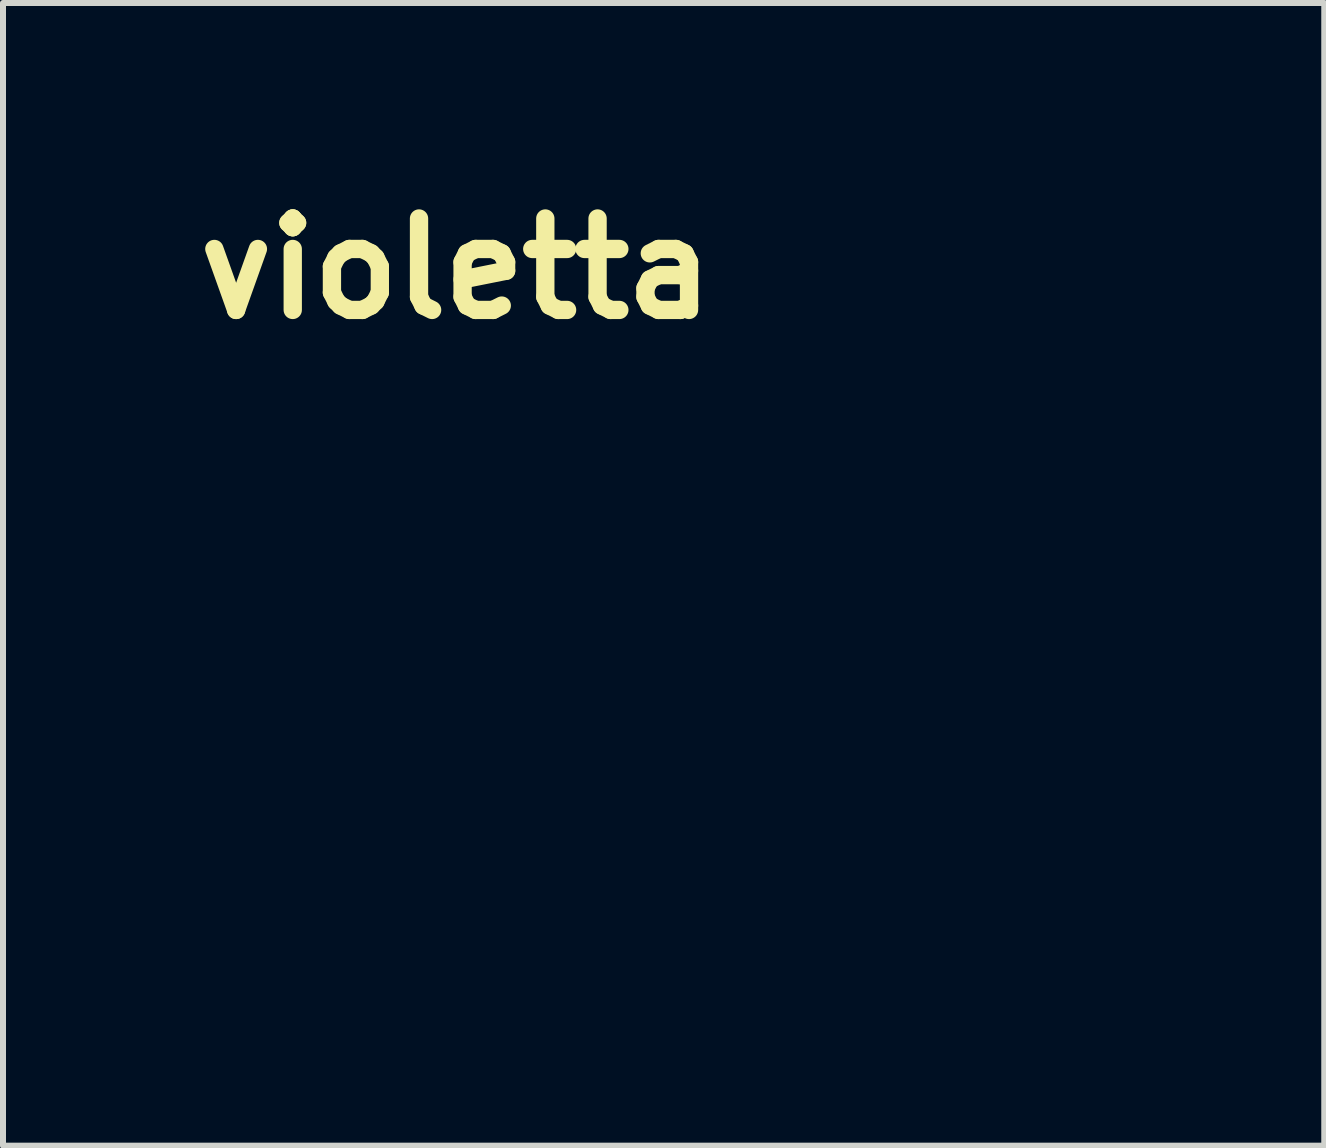
<source format=kicad_pcb>
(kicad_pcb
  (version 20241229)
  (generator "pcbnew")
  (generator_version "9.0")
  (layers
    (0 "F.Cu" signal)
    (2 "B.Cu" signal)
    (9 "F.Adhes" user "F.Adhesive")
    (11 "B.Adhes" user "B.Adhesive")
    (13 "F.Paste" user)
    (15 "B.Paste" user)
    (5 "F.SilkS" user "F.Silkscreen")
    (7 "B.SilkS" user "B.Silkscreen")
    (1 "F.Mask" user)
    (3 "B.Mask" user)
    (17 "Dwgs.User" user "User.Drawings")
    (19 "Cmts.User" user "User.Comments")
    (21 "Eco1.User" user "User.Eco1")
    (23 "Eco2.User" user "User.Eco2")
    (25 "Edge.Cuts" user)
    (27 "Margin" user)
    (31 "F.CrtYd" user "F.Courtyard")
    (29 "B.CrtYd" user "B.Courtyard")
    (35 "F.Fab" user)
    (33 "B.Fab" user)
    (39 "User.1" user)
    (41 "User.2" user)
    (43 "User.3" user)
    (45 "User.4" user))
  (footprint "violetta"
    (layer "F.Cu")
    (at 4.55 3.994)
    (property "Reference" "violetta" (at 0 -2.568 0) (layer "F.SilkS") (effects (font (size 1.524 1.524) (thickness 0.305))))
    (attr exclude_from_pos_files exclude_from_bom)
    (fp_poly (pts (xy 2.098 5.109) (xy 2.092 5.11) (xy 2.086 5.111) (xy 2.08 5.113) (xy 2.075 5.116) (xy 2.07 5.12) (xy 2.066 5.124) (xy 2.062 5.129) (xy 2.059 5.134) (xy 2.057 5.14) (xy 2.056 5.146) (xy 2.055 5.152) (xy 2.055 6.773) (xy 2.056 6.78) (xy 2.057 6.786) (xy 2.059 6.791) (xy 2.062 6.797) (xy 2.066 6.801) (xy 2.07 6.806) (xy 2.075 6.809) (xy 2.08 6.812) (xy 2.086 6.814) (xy 2.092 6.816) (xy 2.098 6.816) (xy 2.595 6.816) (xy 2.601 6.816) (xy 2.607 6.814) (xy 2.613 6.812) (xy 2.618 6.809) (xy 2.623 6.806) (xy 2.627 6.801) (xy 2.631 6.797) (xy 2.634 6.791) (xy 2.636 6.786) (xy 2.637 6.78) (xy 2.638 6.773) (xy 2.638 5.152) (xy 2.637 5.146) (xy 2.636 5.14) (xy 2.634 5.134) (xy 2.631 5.129) (xy 2.627 5.124) (xy 2.623 5.12) (xy 2.618 5.116) (xy 2.613 5.113) (xy 2.607 5.111) (xy 2.601 5.11) (xy 2.595 5.109) (xy 2.098 5.109)) (stroke (width 0.029) (type solid)) (fill yes) (layer "F.Mask"))
    (fp_poly (pts (xy 4.741 6.773) (xy 4.742 6.78) (xy 4.743 6.786) (xy 4.745 6.791) (xy 4.748 6.797) (xy 4.752 6.801) (xy 4.756 6.806) (xy 4.761 6.809) (xy 4.766 6.812) (xy 4.772 6.814) (xy 4.778 6.816) (xy 4.784 6.816) (xy 5.281 6.816) (xy 5.287 6.816) (xy 5.293 6.814) (xy 5.299 6.812) (xy 5.304 6.809) (xy 5.309 6.806) (xy 5.313 6.801) (xy 5.317 6.797) (xy 5.32 6.791) (xy 5.322 6.786) (xy 5.323 6.78) (xy 5.324 6.773) (xy 5.324 4.342) (xy 5.323 4.336) (xy 5.322 4.33) (xy 5.32 4.324) (xy 5.317 4.319) (xy 5.313 4.314) (xy 5.309 4.31) (xy 5.304 4.306) (xy 5.299 4.303) (xy 5.293 4.301) (xy 5.287 4.3) (xy 5.281 4.3) (xy 4.784 4.3) (xy 4.778 4.3) (xy 4.772 4.301) (xy 4.766 4.303) (xy 4.761 4.306) (xy 4.756 4.31) (xy 4.752 4.314) (xy 4.748 4.319) (xy 4.745 4.324) (xy 4.743 4.33) (xy 4.742 4.336) (xy 4.741 4.342) (xy 4.741 6.773)) (stroke (width 0.029) (type solid)) (fill yes) (layer "F.Mask"))
    (fp_poly (pts (xy 10.14 4.765) (xy 10.135 4.768) (xy 10.13 4.77) (xy 10.125 4.772) (xy 10.12 4.773) (xy 10.114 4.774) (xy 10.108 4.773) (xy 10.102 4.772) (xy 10.097 4.77) (xy 10.092 4.768) (xy 10.088 4.765) (xy 10.088 4.765) (xy 9.19 4.069) (xy 9.186 4.066) (xy 9.181 4.063) (xy 9.175 4.061) (xy 9.17 4.06) (xy 9.164 4.06) (xy 0.53 4.06) (xy 0.524 4.059) (xy 0.518 4.058) (xy 0.512 4.056) (xy 0.507 4.053) (xy 0.502 4.049) (xy 0.498 4.045) (xy 0.494 4.04) (xy 0.491 4.035) (xy 0.489 4.029) (xy 0.488 4.023) (xy 0.487 4.017) (xy 0.487 3.932) (xy 0.488 3.925) (xy 0.489 3.919) (xy 0.491 3.914) (xy 0.494 3.909) (xy 0.498 3.904) (xy 0.502 3.9) (xy 0.507 3.896) (xy 0.512 3.893) (xy 0.518 3.891) (xy 0.524 3.89) (xy 0.53 3.889) (xy 11.145 3.889) (xy 11.151 3.89) (xy 11.157 3.891) (xy 11.163 3.893) (xy 11.168 3.896) (xy 11.173 3.9) (xy 11.177 3.904) (xy 11.18 3.909) (xy 11.183 3.914) (xy 11.185 3.919) (xy 11.187 3.925) (xy 11.187 3.932) (xy 11.187 3.938) (xy 11.185 3.945) (xy 11.183 3.951) (xy 11.179 3.956) (xy 11.175 3.961) (xy 11.171 3.965) (xy 11.171 3.965) (xy 10.14 4.765) (xy 10.14 4.765)) (stroke (width 0.029) (type solid)) (fill yes) (layer "F.Mask"))
    (fp_poly (pts (xy 0.283 5.502) (xy 0.28 5.496) (xy 0.279 5.49) (xy 0.278 5.483) (xy 0.278 5.152) (xy 0.279 5.146) (xy 0.28 5.14) (xy 0.282 5.134) (xy 0.285 5.129) (xy 0.289 5.124) (xy 0.293 5.12) (xy 0.298 5.116) (xy 0.303 5.113) (xy 0.309 5.111) (xy 0.315 5.11) (xy 0.321 5.109) (xy 0.658 5.109) (xy 0.664 5.11) (xy 0.67 5.111) (xy 0.675 5.113) (xy 0.68 5.115) (xy 0.685 5.119) (xy 0.689 5.122) (xy 0.693 5.127) (xy 0.696 5.131) (xy 0.937 5.571) (xy 0.94 5.576) (xy 0.944 5.58) (xy 0.948 5.584) (xy 0.952 5.587) (xy 0.957 5.59) (xy 0.963 5.592) (xy 0.968 5.593) (xy 0.974 5.594) (xy 0.981 5.593) (xy 0.987 5.592) (xy 0.993 5.589) (xy 0.999 5.586) (xy 1.004 5.582) (xy 1.008 5.577) (xy 1.011 5.572) (xy 1.262 5.131) (xy 1.266 5.126) (xy 1.27 5.121) (xy 1.275 5.117) (xy 1.28 5.114) (xy 1.286 5.111) (xy 1.293 5.11) (xy 1.299 5.109) (xy 1.788 5.109) (xy 1.794 5.11) (xy 1.8 5.111) (xy 1.806 5.113) (xy 1.811 5.116) (xy 1.816 5.12) (xy 1.82 5.124) (xy 1.824 5.129) (xy 1.827 5.134) (xy 1.829 5.14) (xy 1.83 5.146) (xy 1.831 5.152) (xy 1.83 5.159) (xy 1.829 5.165) (xy 1.826 5.171) (xy 1.02 6.792) (xy 1.017 6.797) (xy 1.013 6.802) (xy 1.009 6.806) (xy 1.004 6.809) (xy 0.999 6.812) (xy 0.994 6.814) (xy 0.988 6.816) (xy 0.981 6.816) (xy 0.966 6.816) (xy 0.96 6.816) (xy 0.954 6.814) (xy 0.948 6.812) (xy 0.943 6.809) (xy 0.939 6.806) (xy 0.934 6.802) (xy 0.931 6.797) (xy 0.928 6.792) (xy 0.283 5.502) (xy 0.283 5.502)) (stroke (width 0.029) (type solid)) (fill yes) (layer "F.Mask"))
    (fp_poly (pts (xy 9.228 6.816) (xy 9.223 6.816) (xy 9.218 6.816) (xy 9.215 6.816) (xy 9.211 6.816) (xy 9.207 6.815) (xy 9.203 6.815) (xy 9.198 6.815) (xy 9.191 6.814) (xy 9.187 6.814) (xy 9.181 6.814) (xy 9.174 6.813) (xy 9.169 6.812) (xy 9.162 6.811) (xy 9.156 6.81) (xy 9.149 6.809) (xy 9.142 6.808) (xy 9.136 6.807) (xy 9.129 6.805) (xy 9.123 6.804) (xy 9.118 6.803) (xy 9.112 6.801) (xy 9.107 6.8) (xy 9.101 6.798) (xy 9.096 6.797) (xy 9.091 6.796) (xy 9.086 6.794) (xy 9.08 6.792) (xy 9.075 6.791) (xy 9.07 6.789) (xy 9.064 6.787) (xy 9.058 6.785) (xy 9.053 6.783) (xy 9.048 6.781) (xy 9.043 6.779) (xy 9.038 6.777) (xy 9.032 6.775) (xy 9.027 6.773) (xy 9.022 6.771) (xy 9.016 6.768) (xy 9.01 6.766) (xy 9.004 6.763) (xy 9 6.761) (xy 8.995 6.759) (xy 8.989 6.756) (xy 8.984 6.753) (xy 8.979 6.751) (xy 8.973 6.748) (xy 8.968 6.745) (xy 8.962 6.742) (xy 8.957 6.739) (xy 8.951 6.736) (xy 8.946 6.733) (xy 8.941 6.73) (xy 8.935 6.727) (xy 8.93 6.724) (xy 8.925 6.72) (xy 8.919 6.717) (xy 8.914 6.714) (xy 8.909 6.71) (xy 8.904 6.707) (xy 8.899 6.704) (xy 8.895 6.701) (xy 8.89 6.697) (xy 8.885 6.694) (xy 8.88 6.691) (xy 8.876 6.687) (xy 8.871 6.684) (xy 8.867 6.681) (xy 8.862 6.678) (xy 8.858 6.674) (xy 8.854 6.671) (xy 8.849 6.667) (xy 8.844 6.663) (xy 8.84 6.66) (xy 8.835 6.656) (xy 8.831 6.652) (xy 8.826 6.649) (xy 8.822 6.645) (xy 8.817 6.641) (xy 8.813 6.637) (xy 8.808 6.633) (xy 8.803 6.628) (xy 8.799 6.624) (xy 8.794 6.62) (xy 8.79 6.616) (xy 8.785 6.611) (xy 8.781 6.607) (xy 8.776 6.603) (xy 8.772 6.598) (xy 8.768 6.594) (xy 8.763 6.589) (xy 8.759 6.585) (xy 8.755 6.58) (xy 8.75 6.576) (xy 8.746 6.571) (xy 8.742 6.566) (xy 8.738 6.562) (xy 8.734 6.557) (xy 8.73 6.552) (xy 8.726 6.548) (xy 8.722 6.543) (xy 8.718 6.538) (xy 8.714 6.533) (xy 8.71 6.528) (xy 8.706 6.524) (xy 8.702 6.519) (xy 8.699 6.514) (xy 8.695 6.509) (xy 8.691 6.504) (xy 8.687 6.499) (xy 8.684 6.494) (xy 8.68 6.489) (xy 8.677 6.484) (xy 8.674 6.479) (xy 8.67 6.474) (xy 8.667 6.469) (xy 8.664 6.464) (xy 8.661 6.459) (xy 8.658 6.454) (xy 8.655 6.45) (xy 8.652 6.445) (xy 8.649 6.44) (xy 8.646 6.435) (xy 8.644 6.431) (xy 8.641 6.426) (xy 8.638 6.421) (xy 8.635 6.416) (xy 8.632 6.41) (xy 8.63 6.405) (xy 8.627 6.4) (xy 8.624 6.395) (xy 8.621 6.389) (xy 8.619 6.384) (xy 8.616 6.378) (xy 8.613 6.373) (xy 8.611 6.367) (xy 8.608 6.361) (xy 8.606 6.356) (xy 8.603 6.35) (xy 8.601 6.344) (xy 8.599 6.339) (xy 8.596 6.333) (xy 8.594 6.327) (xy 8.592 6.321) (xy 8.59 6.315) (xy 8.588 6.31) (xy 8.586 6.304) (xy 8.584 6.299) (xy 8.583 6.293) (xy 8.581 6.287) (xy 8.579 6.282) (xy 8.578 6.276) (xy 8.576 6.271) (xy 8.575 6.265) (xy 8.573 6.26) (xy 8.572 6.254) (xy 8.57 6.247) (xy 8.569 6.241) (xy 8.568 6.235) (xy 8.566 6.229) (xy 8.565 6.223) (xy 8.564 6.218) (xy 8.564 6.212) (xy 8.563 6.207) (xy 8.562 6.202) (xy 8.561 6.196) (xy 8.561 6.191) (xy 8.56 6.186) (xy 8.559 6.181) (xy 8.559 6.175) (xy 8.558 6.169) (xy 8.558 6.164) (xy 8.558 6.159) (xy 8.557 6.155) (xy 8.557 6.15) (xy 8.557 6.145) (xy 8.557 6.14) (xy 8.557 6.135) (xy 8.557 6.131) (xy 8.557 4.342) (xy 8.557 4.336) (xy 8.559 4.33) (xy 8.561 4.324) (xy 8.564 4.319) (xy 8.567 4.314) (xy 8.572 4.31) (xy 8.576 4.306) (xy 8.582 4.303) (xy 8.587 4.301) (xy 8.593 4.3) (xy 8.6 4.3) (xy 9.097 4.3) (xy 9.103 4.3) (xy 9.109 4.301) (xy 9.115 4.303) (xy 9.12 4.306) (xy 9.125 4.31) (xy 9.129 4.314) (xy 9.132 4.319) (xy 9.135 4.324) (xy 9.138 4.33) (xy 9.139 4.336) (xy 9.139 4.342) (xy 9.139 5.067) (xy 9.14 5.073) (xy 9.141 5.079) (xy 9.143 5.085) (xy 9.146 5.09) (xy 9.15 5.095) (xy 9.154 5.099) (xy 9.159 5.102) (xy 9.164 5.105) (xy 9.17 5.108) (xy 9.176 5.109) (xy 9.182 5.109) (xy 9.445 5.109) (xy 9.452 5.11) (xy 9.458 5.111) (xy 9.463 5.113) (xy 9.469 5.116) (xy 9.473 5.12) (xy 9.478 5.124) (xy 9.481 5.129) (xy 9.484 5.134) (xy 9.486 5.14) (xy 9.488 5.146) (xy 9.488 5.152) (xy 9.488 5.75) (xy 9.488 5.756) (xy 9.486 5.762) (xy 9.484 5.768) (xy 9.481 5.773) (xy 9.478 5.778) (xy 9.473 5.782) (xy 9.469 5.785) (xy 9.463 5.788) (xy 9.458 5.791) (xy 9.452 5.792) (xy 9.445 5.792) (xy 9.182 5.792) (xy 9.176 5.793) (xy 9.17 5.794) (xy 9.164 5.796) (xy 9.159 5.799) (xy 9.154 5.803) (xy 9.15 5.807) (xy 9.146 5.812) (xy 9.143 5.817) (xy 9.141 5.823) (xy 9.14 5.829) (xy 9.139 5.835) (xy 9.139 5.904) (xy 9.139 5.91) (xy 9.139 5.916) (xy 9.14 5.922) (xy 9.14 5.928) (xy 9.14 5.934) (xy 9.14 5.94) (xy 9.14 5.946) (xy 9.141 5.952) (xy 9.141 5.958) (xy 9.141 5.964) (xy 9.142 5.969) (xy 9.142 5.975) (xy 9.143 5.981) (xy 9.144 5.986) (xy 9.144 5.992) (xy 9.145 5.997) (xy 9.146 6.003) (xy 9.147 6.008) (xy 9.148 6.013) (xy 9.149 6.019) (xy 9.15 6.024) (xy 9.151 6.029) (xy 9.152 6.034) (xy 9.154 6.039) (xy 9.155 6.045) (xy 9.156 6.049) (xy 9.158 6.054) (xy 9.16 6.059) (xy 9.161 6.064) (xy 9.163 6.069) (xy 9.165 6.074) (xy 9.167 6.078) (xy 9.169 6.083) (xy 9.171 6.087) (xy 9.173 6.092) (xy 9.176 6.096) (xy 9.178 6.101) (xy 9.181 6.105) (xy 9.183 6.109) (xy 9.186 6.113) (xy 9.189 6.117) (xy 9.192 6.121) (xy 9.195 6.125) (xy 9.198 6.129) (xy 9.201 6.133) (xy 9.204 6.137) (xy 9.208 6.141) (xy 9.211 6.144) (xy 9.215 6.148) (xy 9.219 6.151) (xy 9.223 6.155) (xy 9.227 6.158) (xy 9.231 6.161) (xy 9.235 6.165) (xy 9.24 6.168) (xy 9.244 6.171) (xy 9.249 6.174) (xy 9.254 6.177) (xy 9.259 6.179) (xy 9.264 6.182) (xy 9.269 6.185) (xy 9.274 6.187) (xy 9.28 6.19) (xy 9.285 6.192) (xy 9.291 6.195) (xy 9.297 6.197) (xy 9.303 6.199) (xy 9.309 6.201) (xy 9.315 6.203) (xy 9.322 6.205) (xy 9.329 6.207) (xy 9.335 6.209) (xy 9.342 6.21) (xy 9.349 6.212) (xy 9.357 6.213) (xy 9.364 6.215) (xy 9.372 6.216) (xy 9.379 6.217) (xy 9.387 6.219) (xy 9.395 6.22) (xy 9.404 6.221) (xy 9.412 6.221) (xy 9.421 6.222) (xy 9.429 6.223) (xy 9.438 6.223) (xy 9.447 6.224) (xy 9.453 6.225) (xy 9.459 6.226) (xy 9.465 6.228) (xy 9.47 6.231) (xy 9.474 6.235) (xy 9.478 6.239) (xy 9.482 6.244) (xy 9.484 6.249) (xy 9.486 6.254) (xy 9.488 6.26) (xy 9.488 6.266) (xy 9.488 6.816) (xy 9.228 6.816)) (stroke (width 0.029) (type solid)) (fill yes) (layer "F.Mask"))
    (fp_poly (pts (xy 8.358 5.75) (xy 8.358 5.152) (xy 8.358 5.75) (xy 8.358 5.756) (xy 8.357 5.762) (xy 8.355 5.768) (xy 8.352 5.773) (xy 8.348 5.778) (xy 8.344 5.782) (xy 8.339 5.785) (xy 8.334 5.788) (xy 8.328 5.791) (xy 8.322 5.792) (xy 8.316 5.792) (xy 8.052 5.792) (xy 8.046 5.793) (xy 8.04 5.794) (xy 8.034 5.796) (xy 8.029 5.799) (xy 8.024 5.803) (xy 8.02 5.807) (xy 8.017 5.812) (xy 8.014 5.817) (xy 8.012 5.823) (xy 8.01 5.829) (xy 8.01 5.835) (xy 8.01 5.904) (xy 8.01 5.91) (xy 8.01 5.915) (xy 8.01 5.92) (xy 8.01 5.926) (xy 8.01 5.931) (xy 8.01 5.936) (xy 8.011 5.942) (xy 8.011 5.947) (xy 8.011 5.952) (xy 8.011 5.958) (xy 8.012 5.963) (xy 8.012 5.968) (xy 8.013 5.973) (xy 8.013 5.979) (xy 8.014 5.984) (xy 8.014 5.989) (xy 8.015 5.995) (xy 8.016 6) (xy 8.017 6.005) (xy 8.018 6.011) (xy 8.019 6.017) (xy 8.02 6.021) (xy 8.021 6.026) (xy 8.022 6.031) (xy 8.023 6.037) (xy 8.025 6.042) (xy 8.026 6.047) (xy 8.028 6.052) (xy 8.029 6.057) (xy 8.031 6.062) (xy 8.033 6.067) (xy 8.035 6.072) (xy 8.036 6.076) (xy 8.039 6.082) (xy 8.041 6.087) (xy 8.044 6.092) (xy 8.046 6.096) (xy 8.049 6.101) (xy 8.051 6.106) (xy 8.054 6.11) (xy 8.057 6.114) (xy 8.06 6.119) (xy 8.063 6.123) (xy 8.067 6.127) (xy 8.07 6.131) (xy 8.073 6.135) (xy 8.077 6.139) (xy 8.08 6.143) (xy 8.084 6.146) (xy 8.087 6.149) (xy 8.09 6.152) (xy 8.096 6.157) (xy 8.1 6.161) (xy 8.105 6.164) (xy 8.11 6.167) (xy 8.115 6.171) (xy 8.121 6.174) (xy 8.124 6.177) (xy 8.128 6.179) (xy 8.132 6.181) (xy 8.137 6.184) (xy 8.141 6.186) (xy 8.146 6.188) (xy 8.15 6.19) (xy 8.155 6.192) (xy 8.159 6.194) (xy 8.164 6.196) (xy 8.169 6.197) (xy 8.174 6.199) (xy 8.179 6.201) (xy 8.184 6.203) (xy 8.189 6.204) (xy 8.195 6.206) (xy 8.201 6.207) (xy 8.206 6.209) (xy 8.212 6.21) (xy 8.217 6.211) (xy 8.222 6.213) (xy 8.228 6.214) (xy 8.233 6.215) (xy 8.239 6.216) (xy 8.245 6.217) (xy 8.252 6.218) (xy 8.259 6.219) (xy 8.265 6.22) (xy 8.272 6.22) (xy 8.277 6.221) (xy 8.283 6.221) (xy 8.288 6.222) (xy 8.292 6.222) (xy 8.297 6.223) (xy 8.3 6.223) (xy 8.306 6.223) (xy 8.31 6.223) (xy 8.314 6.224) (xy 8.318 6.224) (xy 8.324 6.225) (xy 8.33 6.226) (xy 8.335 6.228) (xy 8.34 6.231) (xy 8.345 6.235) (xy 8.349 6.239) (xy 8.352 6.244) (xy 8.355 6.249) (xy 8.357 6.254) (xy 8.358 6.26) (xy 8.358 6.266) (xy 8.358 6.773) (xy 8.358 6.78) (xy 8.357 6.786) (xy 8.355 6.791) (xy 8.352 6.797) (xy 8.348 6.801) (xy 8.344 6.806) (xy 8.339 6.809) (xy 8.334 6.812) (xy 8.328 6.814) (xy 8.322 6.816) (xy 8.316 6.816) (xy 8.098 6.816) (xy 8.089 6.816) (xy 8.084 6.816) (xy 8.078 6.816) (xy 8.072 6.815) (xy 8.067 6.815) (xy 8.061 6.814) (xy 8.056 6.814) (xy 8.05 6.813) (xy 8.045 6.813) (xy 8.039 6.812) (xy 8.033 6.811) (xy 8.028 6.81) (xy 8.022 6.81) (xy 8.017 6.809) (xy 8.011 6.808) (xy 8.005 6.806) (xy 8 6.805) (xy 7.994 6.804) (xy 7.988 6.803) (xy 7.983 6.801) (xy 7.977 6.8) (xy 7.972 6.798) (xy 7.966 6.797) (xy 7.96 6.795) (xy 7.955 6.794) (xy 7.949 6.792) (xy 7.944 6.79) (xy 7.938 6.788) (xy 7.932 6.786) (xy 7.927 6.784) (xy 7.921 6.782) (xy 7.916 6.78) (xy 7.91 6.778) (xy 7.904 6.776) (xy 7.899 6.774) (xy 7.893 6.771) (xy 7.888 6.769) (xy 7.882 6.767) (xy 7.877 6.764) (xy 7.871 6.762) (xy 7.866 6.759) (xy 7.86 6.756) (xy 7.855 6.754) (xy 7.849 6.751) (xy 7.844 6.748) (xy 7.838 6.745) (xy 7.833 6.742) (xy 7.828 6.739) (xy 7.822 6.736) (xy 7.817 6.733) (xy 7.811 6.73) (xy 7.806 6.727) (xy 7.801 6.724) (xy 7.795 6.721) (xy 7.79 6.717) (xy 7.785 6.714) (xy 7.78 6.711) (xy 7.774 6.707) (xy 7.769 6.704) (xy 7.764 6.7) (xy 7.759 6.696) (xy 7.754 6.693) (xy 7.748 6.689) (xy 7.743 6.685) (xy 7.738 6.682) (xy 7.733 6.678) (xy 7.728 6.674) (xy 7.723 6.67) (xy 7.718 6.666) (xy 7.713 6.662) (xy 7.708 6.658) (xy 7.703 6.654) (xy 7.698 6.65) (xy 7.694 6.646) (xy 7.689 6.642) (xy 7.684 6.637) (xy 7.679 6.633) (xy 7.674 6.629) (xy 7.67 6.625) (xy 7.665 6.62) (xy 7.66 6.616) (xy 7.656 6.611) (xy 7.651 6.607) (xy 7.646 6.602) (xy 7.642 6.598) (xy 7.637 6.593) (xy 7.633 6.588) (xy 7.628 6.584) (xy 7.624 6.579) (xy 7.62 6.574) (xy 7.615 6.57) (xy 7.611 6.565) (xy 7.607 6.56) (xy 7.603 6.555) (xy 7.598 6.55) (xy 7.594 6.545) (xy 7.59 6.54) (xy 7.586 6.535) (xy 7.582 6.53) (xy 7.578 6.525) (xy 7.574 6.52) (xy 7.57 6.515) (xy 7.566 6.51) (xy 7.562 6.505) (xy 7.559 6.5) (xy 7.555 6.494) (xy 7.551 6.489) (xy 7.548 6.484) (xy 7.544 6.479) (xy 7.54 6.473) (xy 7.537 6.468) (xy 7.533 6.463) (xy 7.53 6.457) (xy 7.527 6.452) (xy 7.523 6.446) (xy 7.52 6.441) (xy 7.517 6.435) (xy 7.513 6.43) (xy 7.51 6.424) (xy 7.507 6.419) (xy 7.504 6.413) (xy 7.501 6.408) (xy 7.498 6.402) (xy 7.495 6.397) (xy 7.493 6.391) (xy 7.49 6.385) (xy 7.487 6.38) (xy 7.484 6.374) (xy 7.482 6.368) (xy 7.479 6.362) (xy 7.477 6.357) (xy 7.474 6.351) (xy 7.472 6.345) (xy 7.47 6.339) (xy 7.467 6.334) (xy 7.465 6.328) (xy 7.463 6.322) (xy 7.461 6.316) (xy 7.459 6.31) (xy 7.457 6.304) (xy 7.455 6.299) (xy 7.453 6.293) (xy 7.451 6.287) (xy 7.449 6.281) (xy 7.448 6.275) (xy 7.446 6.269) (xy 7.444 6.263) (xy 7.443 6.257) (xy 7.442 6.251) (xy 7.44 6.245) (xy 7.439 6.239) (xy 7.438 6.233) (xy 7.437 6.227) (xy 7.435 6.221) (xy 7.434 6.215) (xy 7.433 6.209) (xy 7.433 6.203) (xy 7.432 6.197) (xy 7.431 6.191) (xy 7.43 6.185) (xy 7.43 6.179) (xy 7.429 6.173) (xy 7.429 6.167) (xy 7.428 6.161) (xy 7.428 6.155) (xy 7.428 6.149) (xy 7.427 6.143) (xy 7.427 6.137) (xy 7.427 6.131) (xy 7.427 4.342) (xy 7.428 4.336) (xy 7.429 4.33) (xy 7.431 4.324) (xy 7.434 4.319) (xy 7.438 4.314) (xy 7.442 4.31) (xy 7.447 4.306) (xy 7.452 4.303) (xy 7.458 4.301) (xy 7.464 4.3) (xy 7.47 4.3) (xy 7.967 4.3) (xy 7.973 4.3) (xy 7.979 4.301) (xy 7.985 4.303) (xy 7.99 4.306) (xy 7.995 4.31) (xy 7.999 4.314) (xy 8.003 4.319) (xy 8.006 4.324) (xy 8.008 4.33) (xy 8.009 4.336) (xy 8.01 4.342) (xy 8.01 5.067) (xy 8.01 5.073) (xy 8.012 5.079) (xy 8.014 5.085) (xy 8.017 5.09) (xy 8.02 5.095) (xy 8.024 5.099) (xy 8.029 5.102) (xy 8.034 5.105) (xy 8.04 5.108) (xy 8.046 5.109) (xy 8.052 5.109) (xy 8.316 5.109) (xy 8.322 5.11) (xy 8.328 5.111) (xy 8.334 5.113) (xy 8.339 5.116) (xy 8.344 5.12) (xy 8.348 5.124) (xy 8.352 5.129) (xy 8.355 5.134) (xy 8.357 5.14) (xy 8.358 5.146) (xy 8.358 5.152) (xy 8.358 5.75)) (stroke (width 0.029) (type solid)) (fill yes) (layer "F.Mask"))
    (fp_poly (pts (xy 3.696 5.12) (xy 3.689 5.12) (xy 3.683 5.12) (xy 3.676 5.12) (xy 3.67 5.12) (xy 3.664 5.12) (xy 3.657 5.12) (xy 3.651 5.121) (xy 3.645 5.121) (xy 3.638 5.122) (xy 3.632 5.122) (xy 3.626 5.122) (xy 3.619 5.123) (xy 3.613 5.124) (xy 3.607 5.124) (xy 3.601 5.125) (xy 3.594 5.126) (xy 3.588 5.126) (xy 3.582 5.127) (xy 3.576 5.128) (xy 3.569 5.129) (xy 3.563 5.13) (xy 3.557 5.131) (xy 3.551 5.132) (xy 3.545 5.133) (xy 3.539 5.134) (xy 3.533 5.135) (xy 3.527 5.137) (xy 3.521 5.138) (xy 3.515 5.139) (xy 3.508 5.14) (xy 3.502 5.142) (xy 3.496 5.143) (xy 3.491 5.145) (xy 3.485 5.146) (xy 3.479 5.148) (xy 3.473 5.149) (xy 3.467 5.151) (xy 3.461 5.153) (xy 3.455 5.155) (xy 3.449 5.156) (xy 3.443 5.158) (xy 3.437 5.16) (xy 3.432 5.162) (xy 3.426 5.164) (xy 3.42 5.166) (xy 3.414 5.168) (xy 3.409 5.17) (xy 3.403 5.172) (xy 3.397 5.174) (xy 3.392 5.176) (xy 3.386 5.178) (xy 3.38 5.181) (xy 3.375 5.183) (xy 3.369 5.185) (xy 3.364 5.188) (xy 3.358 5.19) (xy 3.352 5.192) (xy 3.347 5.195) (xy 3.341 5.198) (xy 3.336 5.2) (xy 3.331 5.203) (xy 3.325 5.205) (xy 3.32 5.208) (xy 3.314 5.211) (xy 3.309 5.213) (xy 3.304 5.216) (xy 3.298 5.219) (xy 3.293 5.222) (xy 3.288 5.225) (xy 3.283 5.228) (xy 3.277 5.231) (xy 3.272 5.234) (xy 3.267 5.237) (xy 3.262 5.24) (xy 3.257 5.243) (xy 3.252 5.246) (xy 3.247 5.249) (xy 3.241 5.252) (xy 3.236 5.256) (xy 3.231 5.259) (xy 3.226 5.262) (xy 3.222 5.266) (xy 3.217 5.269) (xy 3.212 5.272) (xy 3.207 5.276) (xy 3.202 5.279) (xy 3.197 5.283) (xy 3.192 5.287) (xy 3.188 5.29) (xy 3.183 5.294) (xy 3.178 5.297) (xy 3.173 5.301) (xy 3.169 5.305) (xy 3.164 5.309) (xy 3.159 5.312) (xy 3.155 5.316) (xy 3.15 5.32) (xy 3.146 5.324) (xy 3.141 5.328) (xy 3.137 5.332) (xy 3.132 5.336) (xy 3.128 5.34) (xy 3.124 5.344) (xy 3.119 5.348) (xy 3.115 5.352) (xy 3.111 5.356) (xy 3.106 5.36) (xy 3.102 5.364) (xy 3.098 5.369) (xy 3.094 5.373) (xy 3.089 5.377) (xy 3.085 5.381) (xy 3.081 5.386) (xy 3.077 5.39) (xy 3.073 5.395) (xy 3.069 5.399) (xy 3.065 5.403) (xy 3.061 5.408) (xy 3.057 5.412) (xy 3.053 5.417) (xy 3.05 5.421) (xy 3.046 5.426) (xy 3.042 5.431) (xy 3.038 5.435) (xy 3.034 5.44) (xy 3.031 5.445) (xy 3.027 5.449) (xy 3.023 5.454) (xy 3.02 5.459) (xy 3.016 5.464) (xy 3.013 5.469) (xy 3.009 5.473) (xy 3.006 5.478) (xy 3.002 5.483) (xy 2.999 5.488) (xy 2.996 5.493) (xy 2.992 5.498) (xy 2.989 5.503) (xy 2.986 5.508) (xy 2.983 5.513) (xy 2.979 5.518) (xy 2.976 5.523) (xy 2.973 5.528) (xy 2.97 5.534) (xy 2.967 5.539) (xy 2.964 5.544) (xy 2.961 5.549) (xy 2.958 5.554) (xy 2.955 5.56) (xy 2.952 5.565) (xy 2.95 5.57) (xy 2.947 5.576) (xy 2.944 5.581) (xy 2.941 5.586) (xy 2.939 5.592) (xy 2.936 5.597) (xy 2.933 5.603) (xy 2.931 5.608) (xy 2.928 5.614) (xy 2.926 5.619) (xy 2.923 5.625) (xy 2.921 5.63) (xy 2.919 5.636) (xy 2.916 5.641) (xy 2.914 5.647) (xy 2.912 5.653) (xy 2.91 5.658) (xy 2.907 5.664) (xy 2.905 5.67) (xy 2.903 5.675) (xy 2.901 5.681) (xy 2.899 5.687) (xy 2.897 5.693) (xy 2.895 5.698) (xy 2.893 5.704) (xy 2.891 5.71) (xy 2.89 5.716) (xy 2.888 5.722) (xy 2.886 5.727) (xy 2.884 5.733) (xy 2.883 5.739) (xy 2.881 5.745) (xy 2.88 5.751) (xy 2.878 5.757) (xy 2.877 5.763) (xy 2.875 5.769) (xy 2.874 5.775) (xy 2.873 5.781) (xy 2.871 5.787) (xy 2.87 5.793) (xy 2.869 5.799) (xy 2.868 5.805) (xy 2.866 5.812) (xy 2.865 5.818) (xy 2.864 5.824) (xy 2.863 5.83) (xy 2.862 5.836) (xy 2.861 5.842) (xy 2.861 5.848) (xy 2.86 5.855) (xy 2.859 5.861) (xy 2.858 5.867) (xy 2.858 5.873) (xy 2.857 5.88) (xy 2.856 5.886) (xy 2.856 5.892) (xy 2.855 5.899) (xy 2.855 5.905) (xy 2.855 5.911) (xy 2.854 5.918) (xy 2.854 5.924) (xy 2.854 5.93) (xy 2.853 5.937) (xy 2.853 5.943) (xy 2.853 5.949) (xy 2.853 5.956) (xy 2.853 5.962) (xy 2.853 5.969) (xy 2.853 5.975) (xy 2.853 5.981) (xy 2.853 5.988) (xy 2.854 5.994) (xy 2.854 6.001) (xy 2.854 6.007) (xy 2.855 6.013) (xy 2.855 6.02) (xy 2.855 6.026) (xy 2.856 6.032) (xy 2.856 6.039) (xy 2.857 6.045) (xy 2.858 6.051) (xy 2.858 6.057) (xy 2.859 6.064) (xy 2.86 6.07) (xy 2.861 6.076) (xy 2.861 6.082) (xy 2.862 6.088) (xy 2.863 6.095) (xy 2.864 6.101) (xy 2.865 6.107) (xy 2.866 6.113) (xy 2.868 6.119) (xy 2.869 6.125) (xy 2.87 6.131) (xy 2.871 6.137) (xy 2.873 6.143) (xy 2.874 6.149) (xy 2.875 6.155) (xy 2.877 6.161) (xy 2.878 6.167) (xy 2.88 6.173) (xy 2.881 6.179) (xy 2.883 6.185) (xy 2.884 6.191) (xy 2.886 6.197) (xy 2.888 6.203) (xy 2.89 6.209) (xy 2.891 6.215) (xy 2.893 6.22) (xy 2.895 6.226) (xy 2.897 6.232) (xy 2.899 6.238) (xy 2.901 6.243) (xy 2.903 6.249) (xy 2.905 6.255) (xy 2.907 6.261) (xy 2.91 6.266) (xy 2.912 6.272) (xy 2.914 6.277) (xy 2.916 6.283) (xy 2.919 6.289) (xy 2.921 6.294) (xy 2.923 6.3) (xy 2.926 6.305) (xy 2.928 6.311) (xy 2.931 6.316) (xy 2.933 6.322) (xy 2.936 6.327) (xy 2.939 6.333) (xy 2.941 6.338) (xy 2.944 6.343) (xy 2.947 6.349) (xy 2.95 6.354) (xy 2.952 6.359) (xy 2.955 6.365) (xy 2.958 6.37) (xy 2.961 6.375) (xy 2.964 6.38) (xy 2.967 6.386) (xy 2.97 6.391) (xy 2.973 6.396) (xy 2.976 6.401) (xy 2.979 6.406) (xy 2.983 6.411) (xy 2.986 6.416) (xy 2.989 6.421) (xy 2.992 6.426) (xy 2.996 6.431) (xy 2.999 6.436) (xy 3.002 6.441) (xy 3.006 6.446) (xy 3.009 6.451) (xy 3.013 6.456) (xy 3.016 6.461) (xy 3.02 6.466) (xy 3.023 6.47) (xy 3.027 6.475) (xy 3.031 6.48) (xy 3.034 6.484) (xy 3.038 6.489) (xy 3.042 6.494) (xy 3.046 6.498) (xy 3.05 6.503) (xy 3.053 6.508) (xy 3.057 6.512) (xy 3.061 6.517) (xy 3.065 6.521) (xy 3.069 6.525) (xy 3.073 6.53) (xy 3.077 6.534) (xy 3.081 6.539) (xy 3.085 6.543) (xy 3.089 6.547) (xy 3.094 6.552) (xy 3.098 6.556) (xy 3.102 6.56) (xy 3.106 6.564) (xy 3.111 6.568) (xy 3.115 6.573) (xy 3.119 6.577) (xy 3.124 6.581) (xy 3.128 6.585) (xy 3.132 6.589) (xy 3.137 6.593) (xy 3.141 6.597) (xy 3.146 6.601) (xy 3.15 6.604) (xy 3.155 6.608) (xy 3.159 6.612) (xy 3.164 6.616) (xy 3.169 6.62) (xy 3.173 6.623) (xy 3.178 6.627) (xy 3.183 6.631) (xy 3.188 6.634) (xy 3.192 6.638) (xy 3.197 6.641) (xy 3.202 6.645) (xy 3.207 6.649) (xy 3.212 6.652) (xy 3.217 6.655) (xy 3.222 6.659) (xy 3.226 6.662) (xy 3.231 6.665) (xy 3.236 6.669) (xy 3.241 6.672) (xy 3.247 6.675) (xy 3.252 6.678) (xy 3.257 6.682) (xy 3.262 6.685) (xy 3.267 6.688) (xy 3.272 6.691) (xy 3.277 6.694) (xy 3.283 6.697) (xy 3.288 6.7) (xy 3.293 6.703) (xy 3.298 6.705) (xy 3.304 6.708) (xy 3.309 6.711) (xy 3.314 6.714) (xy 3.32 6.716) (xy 3.325 6.719) (xy 3.331 6.722) (xy 3.336 6.724) (xy 3.341 6.727) (xy 3.347 6.729) (xy 3.352 6.732) (xy 3.358 6.734) (xy 3.364 6.737) (xy 3.369 6.739) (xy 3.375 6.742) (xy 3.38 6.744) (xy 3.386 6.746) (xy 3.392 6.748) (xy 3.397 6.75) (xy 3.403 6.753) (xy 3.409 6.755) (xy 3.414 6.757) (xy 3.42 6.759) (xy 3.426 6.761) (xy 3.432 6.763) (xy 3.437 6.765) (xy 3.443 6.766) (xy 3.449 6.768) (xy 3.455 6.77) (xy 3.461 6.772) (xy 3.467 6.773) (xy 3.473 6.775) (xy 3.479 6.777) (xy 3.485 6.778) (xy 3.491 6.78) (xy 3.496 6.781) (xy 3.502 6.783) (xy 3.508 6.784) (xy 3.515 6.785) (xy 3.521 6.787) (xy 3.527 6.788) (xy 3.533 6.789) (xy 3.539 6.79) (xy 3.545 6.791) (xy 3.551 6.792) (xy 3.557 6.794) (xy 3.563 6.795) (xy 3.569 6.795) (xy 3.576 6.796) (xy 3.582 6.797) (xy 3.588 6.798) (xy 3.594 6.799) (xy 3.601 6.8) (xy 3.607 6.8) (xy 3.613 6.801) (xy 3.619 6.801) (xy 3.626 6.802) (xy 3.632 6.802) (xy 3.638 6.803) (xy 3.645 6.803) (xy 3.651 6.804) (xy 3.657 6.804) (xy 3.664 6.804) (xy 3.67 6.804) (xy 3.676 6.805) (xy 3.683 6.805) (xy 3.689 6.805) (xy 3.696 6.805) (xy 3.696 6.341) (xy 3.689 6.341) (xy 3.683 6.341) (xy 3.677 6.341) (xy 3.67 6.341) (xy 3.664 6.34) (xy 3.658 6.339) (xy 3.651 6.339) (xy 3.645 6.338) (xy 3.639 6.337) (xy 3.633 6.336) (xy 3.627 6.335) (xy 3.621 6.334) (xy 3.615 6.333) (xy 3.609 6.331) (xy 3.603 6.33) (xy 3.597 6.328) (xy 3.591 6.327) (xy 3.585 6.325) (xy 3.579 6.323) (xy 3.573 6.321) (xy 3.568 6.319) (xy 3.562 6.317) (xy 3.556 6.315) (xy 3.551 6.313) (xy 3.545 6.31) (xy 3.54 6.308) (xy 3.534 6.305) (xy 3.529 6.303) (xy 3.524 6.3) (xy 3.518 6.297) (xy 3.513 6.295) (xy 3.508 6.292) (xy 3.503 6.289) (xy 3.497 6.285) (xy 3.492 6.282) (xy 3.487 6.279) (xy 3.482 6.276) (xy 3.478 6.272) (xy 3.473 6.269) (xy 3.468 6.265) (xy 3.463 6.262) (xy 3.458 6.258) (xy 3.454 6.254) (xy 3.449 6.25) (xy 3.445 6.247) (xy 3.44 6.243) (xy 3.436 6.239) (xy 3.432 6.234) (xy 3.428 6.23) (xy 3.423 6.226) (xy 3.419 6.222) (xy 3.415 6.217) (xy 3.411 6.213) (xy 3.407 6.208) (xy 3.404 6.204) (xy 3.4 6.199) (xy 3.396 6.195) (xy 3.392 6.19) (xy 3.389 6.185) (xy 3.385 6.18) (xy 3.382 6.175) (xy 3.379 6.17) (xy 3.375 6.165) (xy 3.372 6.16) (xy 3.369 6.155) (xy 3.366 6.15) (xy 3.363 6.145) (xy 3.36 6.14) (xy 3.358 6.134) (xy 3.355 6.129) (xy 3.352 6.123) (xy 3.35 6.118) (xy 3.347 6.113) (xy 3.345 6.107) (xy 3.343 6.101) (xy 3.341 6.096) (xy 3.339 6.09) (xy 3.337 6.084) (xy 3.335 6.079) (xy 3.333 6.073) (xy 3.331 6.067) (xy 3.329 6.061) (xy 3.328 6.055) (xy 3.326 6.049) (xy 3.325 6.043) (xy 3.324 6.037) (xy 3.323 6.031) (xy 3.322 6.025) (xy 3.321 6.019) (xy 3.32 6.013) (xy 3.319 6.006) (xy 3.318 6) (xy 3.318 5.994) (xy 3.317 5.988) (xy 3.317 5.981) (xy 3.317 5.975) (xy 3.316 5.969) (xy 3.316 5.962) (xy 3.316 5.956) (xy 3.317 5.949) (xy 3.317 5.943) (xy 3.317 5.937) (xy 3.318 5.931) (xy 3.318 5.924) (xy 3.319 5.918) (xy 3.32 5.912) (xy 3.321 5.906) (xy 3.322 5.9) (xy 3.323 5.893) (xy 3.324 5.887) (xy 3.325 5.881) (xy 3.326 5.875) (xy 3.328 5.869) (xy 3.329 5.863) (xy 3.331 5.858) (xy 3.333 5.852) (xy 3.335 5.846) (xy 3.337 5.84) (xy 3.339 5.834) (xy 3.341 5.829) (xy 3.343 5.823) (xy 3.345 5.817) (xy 3.347 5.812) (xy 3.35 5.806) (xy 3.352 5.801) (xy 3.355 5.796) (xy 3.358 5.79) (xy 3.36 5.785) (xy 3.363 5.78) (xy 3.366 5.774) (xy 3.369 5.769) (xy 3.372 5.764) (xy 3.375 5.759) (xy 3.379 5.754) (xy 3.382 5.749) (xy 3.385 5.744) (xy 3.389 5.739) (xy 3.392 5.734) (xy 3.396 5.73) (xy 3.4 5.725) (xy 3.404 5.72) (xy 3.407 5.716) (xy 3.411 5.711) (xy 3.415 5.707) (xy 3.419 5.703) (xy 3.423 5.698) (xy 3.428 5.694) (xy 3.432 5.69) (xy 3.436 5.686) (xy 3.44 5.682) (xy 3.445 5.678) (xy 3.449 5.674) (xy 3.454 5.67) (xy 3.458 5.666) (xy 3.463 5.663) (xy 3.468 5.659) (xy 3.473 5.656) (xy 3.478 5.652) (xy 3.482 5.649) (xy 3.487 5.645) (xy 3.492 5.642) (xy 3.497 5.639) (xy 3.503 5.636) (xy 3.508 5.633) (xy 3.513 5.63) (xy 3.518 5.627) (xy 3.524 5.624) (xy 3.529 5.622) (xy 3.534 5.619) (xy 3.54 5.616) (xy 3.545 5.614) (xy 3.551 5.612) (xy 3.556 5.609) (xy 3.562 5.607) (xy 3.568 5.605) (xy 3.573 5.603) (xy 3.579 5.601) (xy 3.585 5.599) (xy 3.591 5.598) (xy 3.597 5.596) (xy 3.603 5.595) (xy 3.609 5.593) (xy 3.615 5.592) (xy 3.621 5.59) (xy 3.627 5.589) (xy 3.633 5.588) (xy 3.639 5.587) (xy 3.645 5.586) (xy 3.651 5.586) (xy 3.658 5.585) (xy 3.664 5.584) (xy 3.67 5.584) (xy 3.677 5.584) (xy 3.683 5.583) (xy 3.689 5.583) (xy 3.696 5.583) (xy 3.696 5.12)) (stroke (width 0.031) (type solid)) (fill yes) (layer "F.Mask"))
    (fp_poly (pts (xy 3.707 5.12) (xy 3.713 5.12) (xy 3.72 5.12) (xy 3.726 5.12) (xy 3.733 5.12) (xy 3.739 5.121) (xy 3.745 5.121) (xy 3.752 5.121) (xy 3.758 5.122) (xy 3.764 5.122) (xy 3.771 5.122) (xy 3.777 5.123) (xy 3.783 5.123) (xy 3.79 5.124) (xy 3.796 5.125) (xy 3.802 5.125) (xy 3.808 5.126) (xy 3.815 5.127) (xy 3.821 5.128) (xy 3.827 5.128) (xy 3.833 5.129) (xy 3.839 5.13) (xy 3.846 5.131) (xy 3.852 5.132) (xy 3.858 5.133) (xy 3.864 5.135) (xy 3.87 5.136) (xy 3.876 5.137) (xy 3.882 5.138) (xy 3.888 5.14) (xy 3.894 5.141) (xy 3.9 5.142) (xy 3.906 5.144) (xy 3.912 5.145) (xy 3.918 5.147) (xy 3.924 5.148) (xy 3.93 5.15) (xy 3.936 5.151) (xy 3.942 5.153) (xy 3.948 5.155) (xy 3.954 5.157) (xy 3.959 5.158) (xy 3.965 5.16) (xy 3.971 5.162) (xy 3.977 5.164) (xy 3.983 5.166) (xy 3.988 5.168) (xy 3.994 5.17) (xy 4 5.172) (xy 4.005 5.174) (xy 4.011 5.177) (xy 4.017 5.179) (xy 4.022 5.181) (xy 4.028 5.183) (xy 4.034 5.186) (xy 4.039 5.188) (xy 4.045 5.19) (xy 4.05 5.193) (xy 4.056 5.195) (xy 4.061 5.198) (xy 4.067 5.2) (xy 4.072 5.203) (xy 4.078 5.206) (xy 4.083 5.208) (xy 4.088 5.211) (xy 4.094 5.214) (xy 4.099 5.217) (xy 4.104 5.219) (xy 4.11 5.222) (xy 4.115 5.225) (xy 4.12 5.228) (xy 4.125 5.231) (xy 4.131 5.234) (xy 4.136 5.237) (xy 4.141 5.24) (xy 4.146 5.243) (xy 4.151 5.246) (xy 4.156 5.25) (xy 4.161 5.253) (xy 4.166 5.256) (xy 4.171 5.259) (xy 4.176 5.263) (xy 4.181 5.266) (xy 4.186 5.269) (xy 4.191 5.273) (xy 4.196 5.276) (xy 4.201 5.28) (xy 4.206 5.283) (xy 4.21 5.287) (xy 4.215 5.29) (xy 4.22 5.294) (xy 4.225 5.298) (xy 4.229 5.301) (xy 4.234 5.305) (xy 4.239 5.309) (xy 4.243 5.313) (xy 4.248 5.317) (xy 4.252 5.32) (xy 4.257 5.324) (xy 4.261 5.328) (xy 4.266 5.332) (xy 4.27 5.336) (xy 4.275 5.34) (xy 4.279 5.344) (xy 4.284 5.348) (xy 4.288 5.352) (xy 4.292 5.356) (xy 4.296 5.361) (xy 4.301 5.365) (xy 4.305 5.369) (xy 4.309 5.373) (xy 4.313 5.378) (xy 4.317 5.382) (xy 4.321 5.386) (xy 4.326 5.391) (xy 4.33 5.395) (xy 4.334 5.399) (xy 4.338 5.404) (xy 4.342 5.408) (xy 4.345 5.413) (xy 4.349 5.417) (xy 4.353 5.422) (xy 4.357 5.426) (xy 4.361 5.431) (xy 4.365 5.436) (xy 4.368 5.44) (xy 4.372 5.445) (xy 4.376 5.45) (xy 4.379 5.455) (xy 4.383 5.459) (xy 4.386 5.464) (xy 4.39 5.469) (xy 4.393 5.474) (xy 4.397 5.479) (xy 4.4 5.484) (xy 4.404 5.488) (xy 4.407 5.493) (xy 4.41 5.498) (xy 4.414 5.503) (xy 4.417 5.508) (xy 4.42 5.514) (xy 4.423 5.519) (xy 4.426 5.524) (xy 4.43 5.529) (xy 4.433 5.534) (xy 4.436 5.539) (xy 4.439 5.544) (xy 4.442 5.55) (xy 4.445 5.555) (xy 4.447 5.56) (xy 4.45 5.565) (xy 4.453 5.571) (xy 4.456 5.576) (xy 4.459 5.581) (xy 4.461 5.587) (xy 4.464 5.592) (xy 4.467 5.598) (xy 4.469 5.603) (xy 4.472 5.608) (xy 4.474 5.614) (xy 4.477 5.619) (xy 4.479 5.625) (xy 4.482 5.631) (xy 4.484 5.636) (xy 4.486 5.642) (xy 4.489 5.647) (xy 4.491 5.653) (xy 4.493 5.659) (xy 4.495 5.664) (xy 4.497 5.67) (xy 4.5 5.676) (xy 4.502 5.681) (xy 4.504 5.687) (xy 4.506 5.693) (xy 4.507 5.699) (xy 4.509 5.704) (xy 4.511 5.71) (xy 4.513 5.716) (xy 4.515 5.722) (xy 4.517 5.728) (xy 4.518 5.734) (xy 4.52 5.74) (xy 4.521 5.746) (xy 4.523 5.752) (xy 4.525 5.758) (xy 4.526 5.763) (xy 4.527 5.769) (xy 4.529 5.775) (xy 4.53 5.782) (xy 4.531 5.788) (xy 4.533 5.794) (xy 4.534 5.8) (xy 4.535 5.806) (xy 4.536 5.812) (xy 4.537 5.818) (xy 4.538 5.824) (xy 4.539 5.83) (xy 4.54 5.836) (xy 4.541 5.843) (xy 4.542 5.849) (xy 4.543 5.855) (xy 4.544 5.861) (xy 4.544 5.868) (xy 4.545 5.874) (xy 4.546 5.88) (xy 4.546 5.886) (xy 4.547 5.893) (xy 4.547 5.899) (xy 4.548 5.905) (xy 4.548 5.912) (xy 4.549 5.918) (xy 4.549 5.924) (xy 4.549 5.931) (xy 4.549 5.937) (xy 4.549 5.943) (xy 4.55 5.95) (xy 4.55 5.956) (xy 4.55 5.963) (xy 4.55 5.969) (xy 4.55 5.975) (xy 4.549 5.982) (xy 4.549 5.988) (xy 4.549 5.995) (xy 4.549 6.001) (xy 4.549 6.007) (xy 4.548 6.014) (xy 4.548 6.02) (xy 4.547 6.026) (xy 4.547 6.033) (xy 4.546 6.039) (xy 4.546 6.045) (xy 4.545 6.051) (xy 4.544 6.058) (xy 4.544 6.064) (xy 4.543 6.07) (xy 4.542 6.076) (xy 4.541 6.083) (xy 4.54 6.089) (xy 4.539 6.095) (xy 4.538 6.101) (xy 4.537 6.107) (xy 4.536 6.113) (xy 4.535 6.119) (xy 4.534 6.126) (xy 4.533 6.132) (xy 4.531 6.138) (xy 4.53 6.144) (xy 4.529 6.15) (xy 4.527 6.156) (xy 4.526 6.162) (xy 4.525 6.168) (xy 4.523 6.174) (xy 4.521 6.18) (xy 4.52 6.186) (xy 4.518 6.191) (xy 4.517 6.197) (xy 4.515 6.203) (xy 4.513 6.209) (xy 4.511 6.215) (xy 4.509 6.221) (xy 4.507 6.227) (xy 4.506 6.232) (xy 4.504 6.238) (xy 4.502 6.244) (xy 4.5 6.25) (xy 4.497 6.255) (xy 4.495 6.261) (xy 4.493 6.267) (xy 4.491 6.272) (xy 4.489 6.278) (xy 4.486 6.283) (xy 4.484 6.289) (xy 4.482 6.295) (xy 4.479 6.3) (xy 4.477 6.306) (xy 4.474 6.311) (xy 4.472 6.317) (xy 4.469 6.322) (xy 4.467 6.328) (xy 4.464 6.333) (xy 4.461 6.338) (xy 4.459 6.344) (xy 4.456 6.349) (xy 4.453 6.355) (xy 4.45 6.36) (xy 4.447 6.365) (xy 4.445 6.37) (xy 4.442 6.376) (xy 4.439 6.381) (xy 4.436 6.386) (xy 4.433 6.391) (xy 4.43 6.396) (xy 4.426 6.401) (xy 4.423 6.407) (xy 4.42 6.412) (xy 4.417 6.417) (xy 4.414 6.422) (xy 4.41 6.427) (xy 4.407 6.432) (xy 4.404 6.437) (xy 4.4 6.442) (xy 4.397 6.447) (xy 4.393 6.451) (xy 4.39 6.456) (xy 4.386 6.461) (xy 4.383 6.466) (xy 4.379 6.471) (xy 4.376 6.475) (xy 4.372 6.48) (xy 4.368 6.485) (xy 4.365 6.49) (xy 4.361 6.494) (xy 4.357 6.499) (xy 4.353 6.503) (xy 4.349 6.508) (xy 4.345 6.512) (xy 4.342 6.517) (xy 4.338 6.521) (xy 4.334 6.526) (xy 4.33 6.53) (xy 4.326 6.535) (xy 4.321 6.539) (xy 4.317 6.543) (xy 4.313 6.548) (xy 4.309 6.552) (xy 4.305 6.556) (xy 4.301 6.56) (xy 4.296 6.565) (xy 4.292 6.569) (xy 4.288 6.573) (xy 4.284 6.577) (xy 4.279 6.581) (xy 4.275 6.585) (xy 4.27 6.589) (xy 4.266 6.593) (xy 4.261 6.597) (xy 4.257 6.601) (xy 4.252 6.605) (xy 4.248 6.609) (xy 4.243 6.612) (xy 4.239 6.616) (xy 4.234 6.62) (xy 4.229 6.624) (xy 4.225 6.627) (xy 4.22 6.631) (xy 4.215 6.635) (xy 4.21 6.638) (xy 4.206 6.642) (xy 4.201 6.645) (xy 4.196 6.649) (xy 4.191 6.652) (xy 4.186 6.656) (xy 4.181 6.659) (xy 4.176 6.663) (xy 4.171 6.666) (xy 4.166 6.669) (xy 4.161 6.672) (xy 4.156 6.676) (xy 4.151 6.679) (xy 4.146 6.682) (xy 4.141 6.685) (xy 4.136 6.688) (xy 4.131 6.691) (xy 4.125 6.694) (xy 4.12 6.697) (xy 4.115 6.7) (xy 4.11 6.703) (xy 4.104 6.706) (xy 4.099 6.709) (xy 4.094 6.711) (xy 4.088 6.714) (xy 4.083 6.717) (xy 4.078 6.72) (xy 4.072 6.722) (xy 4.067 6.725) (xy 4.061 6.727) (xy 4.056 6.73) (xy 4.05 6.732) (xy 4.045 6.735) (xy 4.039 6.737) (xy 4.034 6.74) (xy 4.028 6.742) (xy 4.022 6.744) (xy 4.017 6.746) (xy 4.011 6.749) (xy 4.005 6.751) (xy 4 6.753) (xy 3.994 6.755) (xy 3.988 6.757) (xy 3.983 6.759) (xy 3.977 6.761) (xy 3.971 6.763) (xy 3.965 6.765) (xy 3.959 6.767) (xy 3.954 6.769) (xy 3.948 6.77) (xy 3.942 6.772) (xy 3.936 6.774) (xy 3.93 6.775) (xy 3.924 6.777) (xy 3.918 6.779) (xy 3.912 6.78) (xy 3.906 6.782) (xy 3.9 6.783) (xy 3.894 6.784) (xy 3.888 6.786) (xy 3.882 6.787) (xy 3.876 6.788) (xy 3.87 6.789) (xy 3.864 6.791) (xy 3.858 6.792) (xy 3.852 6.793) (xy 3.846 6.794) (xy 3.839 6.795) (xy 3.833 6.796) (xy 3.827 6.797) (xy 3.821 6.798) (xy 3.815 6.798) (xy 3.808 6.799) (xy 3.802 6.8) (xy 3.796 6.801) (xy 3.79 6.801) (xy 3.783 6.802) (xy 3.777 6.802) (xy 3.771 6.803) (xy 3.764 6.803) (xy 3.758 6.804) (xy 3.752 6.804) (xy 3.745 6.804) (xy 3.739 6.805) (xy 3.733 6.805) (xy 3.726 6.805) (xy 3.72 6.805) (xy 3.713 6.805) (xy 3.707 6.805) (xy 3.707 6.342) (xy 3.713 6.342) (xy 3.72 6.342) (xy 3.726 6.341) (xy 3.732 6.341) (xy 3.739 6.34) (xy 3.745 6.34) (xy 3.751 6.339) (xy 3.757 6.338) (xy 3.764 6.338) (xy 3.77 6.337) (xy 3.776 6.336) (xy 3.782 6.334) (xy 3.788 6.333) (xy 3.794 6.332) (xy 3.8 6.33) (xy 3.806 6.329) (xy 3.812 6.327) (xy 3.818 6.325) (xy 3.823 6.324) (xy 3.829 6.322) (xy 3.835 6.32) (xy 3.841 6.318) (xy 3.846 6.315) (xy 3.852 6.313) (xy 3.857 6.311) (xy 3.863 6.308) (xy 3.868 6.306) (xy 3.874 6.303) (xy 3.879 6.301) (xy 3.884 6.298) (xy 3.89 6.295) (xy 3.895 6.292) (xy 3.9 6.289) (xy 3.905 6.286) (xy 3.91 6.283) (xy 3.915 6.279) (xy 3.92 6.276) (xy 3.925 6.273) (xy 3.93 6.269) (xy 3.935 6.266) (xy 3.94 6.262) (xy 3.944 6.258) (xy 3.949 6.255) (xy 3.953 6.251) (xy 3.958 6.247) (xy 3.962 6.243) (xy 3.967 6.239) (xy 3.971 6.235) (xy 3.975 6.231) (xy 3.979 6.226) (xy 3.983 6.222) (xy 3.987 6.218) (xy 3.991 6.213) (xy 3.995 6.209) (xy 3.999 6.204) (xy 4.003 6.2) (xy 4.007 6.195) (xy 4.01 6.19) (xy 4.014 6.186) (xy 4.017 6.181) (xy 4.021 6.176) (xy 4.024 6.171) (xy 4.027 6.166) (xy 4.03 6.161) (xy 4.033 6.156) (xy 4.036 6.15) (xy 4.039 6.145) (xy 4.042 6.14) (xy 4.045 6.135) (xy 4.048 6.129) (xy 4.05 6.124) (xy 4.053 6.118) (xy 4.055 6.113) (xy 4.058 6.107) (xy 4.06 6.102) (xy 4.062 6.096) (xy 4.064 6.09) (xy 4.066 6.085) (xy 4.068 6.079) (xy 4.07 6.073) (xy 4.072 6.067) (xy 4.073 6.061) (xy 4.075 6.055) (xy 4.076 6.05) (xy 4.078 6.044) (xy 4.079 6.037) (xy 4.08 6.031) (xy 4.081 6.025) (xy 4.082 6.019) (xy 4.083 6.013) (xy 4.084 6.007) (xy 4.084 6.001) (xy 4.085 5.994) (xy 4.085 5.988) (xy 4.086 5.982) (xy 4.086 5.975) (xy 4.086 5.969) (xy 4.086 5.963) (xy 4.086 5.956) (xy 4.086 5.95) (xy 4.086 5.944) (xy 4.085 5.937) (xy 4.085 5.931) (xy 4.084 5.925) (xy 4.084 5.918) (xy 4.083 5.912) (xy 4.082 5.906) (xy 4.081 5.9) (xy 4.08 5.894) (xy 4.079 5.888) (xy 4.078 5.882) (xy 4.076 5.876) (xy 4.075 5.87) (xy 4.073 5.864) (xy 4.072 5.858) (xy 4.07 5.852) (xy 4.068 5.846) (xy 4.066 5.84) (xy 4.064 5.835) (xy 4.062 5.829) (xy 4.06 5.823) (xy 4.058 5.818) (xy 4.055 5.812) (xy 4.053 5.807) (xy 4.05 5.801) (xy 4.048 5.796) (xy 4.045 5.791) (xy 4.042 5.785) (xy 4.039 5.78) (xy 4.036 5.775) (xy 4.033 5.77) (xy 4.03 5.764) (xy 4.027 5.759) (xy 4.024 5.754) (xy 4.021 5.749) (xy 4.017 5.745) (xy 4.014 5.74) (xy 4.01 5.735) (xy 4.007 5.73) (xy 4.003 5.725) (xy 3.999 5.721) (xy 3.995 5.716) (xy 3.991 5.712) (xy 3.987 5.707) (xy 3.983 5.703) (xy 3.979 5.699) (xy 3.975 5.695) (xy 3.971 5.69) (xy 3.967 5.686) (xy 3.962 5.682) (xy 3.958 5.678) (xy 3.953 5.674) (xy 3.949 5.671) (xy 3.944 5.667) (xy 3.94 5.663) (xy 3.935 5.659) (xy 3.93 5.656) (xy 3.925 5.652) (xy 3.92 5.649) (xy 3.915 5.646) (xy 3.91 5.642) (xy 3.905 5.639) (xy 3.9 5.636) (xy 3.895 5.633) (xy 3.89 5.63) (xy 3.884 5.627) (xy 3.879 5.625) (xy 3.874 5.622) (xy 3.868 5.619) (xy 3.863 5.617) (xy 3.857 5.614) (xy 3.852 5.612) (xy 3.846 5.61) (xy 3.841 5.608) (xy 3.835 5.606) (xy 3.829 5.604) (xy 3.823 5.602) (xy 3.818 5.6) (xy 3.812 5.598) (xy 3.806 5.596) (xy 3.8 5.595) (xy 3.794 5.593) (xy 3.788 5.592) (xy 3.782 5.591) (xy 3.776 5.59) (xy 3.77 5.589) (xy 3.764 5.588) (xy 3.757 5.587) (xy 3.751 5.586) (xy 3.745 5.585) (xy 3.739 5.585) (xy 3.732 5.584) (xy 3.726 5.584) (xy 3.72 5.584) (xy 3.713 5.583) (xy 3.707 5.583) (xy 3.707 5.12)) (stroke (width 0.031) (type solid)) (fill yes) (layer "F.Mask"))
    (fp_poly (pts (xy 5.88 0.48) (xy 9.569 0.48) (xy 9.615 0.481) (xy 9.66 0.483) (xy 9.666 0.484) (xy 9.672 0.484) (xy 9.678 0.485) (xy 9.684 0.485) (xy 9.69 0.486) (xy 9.696 0.486) (xy 9.702 0.487) (xy 9.708 0.488) (xy 9.715 0.488) (xy 9.72 0.489) (xy 9.726 0.49) (xy 9.733 0.491) (xy 9.739 0.491) (xy 9.746 0.492) (xy 9.753 0.493) (xy 9.759 0.494) (xy 9.765 0.495) (xy 9.771 0.496) (xy 9.778 0.497) (xy 9.785 0.498) (xy 9.792 0.499) (xy 9.799 0.501) (xy 9.804 0.502) (xy 9.81 0.503) (xy 9.816 0.504) (xy 9.821 0.505) (xy 9.827 0.506) (xy 9.833 0.507) (xy 9.84 0.508) (xy 9.846 0.51) (xy 9.852 0.511) (xy 9.859 0.512) (xy 9.865 0.514) (xy 9.87 0.515) (xy 9.876 0.516) (xy 9.882 0.517) (xy 9.888 0.519) (xy 9.894 0.52) (xy 9.901 0.522) (xy 9.907 0.523) (xy 9.913 0.525) (xy 9.92 0.527) (xy 9.927 0.528) (xy 9.933 0.53) (xy 9.939 0.532) (xy 9.945 0.533) (xy 9.951 0.535) (xy 9.957 0.536) (xy 9.963 0.538) (xy 9.97 0.54) (xy 9.976 0.542) (xy 9.982 0.544) (xy 9.989 0.546) (xy 9.996 0.548) (xy 10.002 0.55) (xy 10.009 0.552) (xy 10.016 0.554) (xy 10.024 0.557) (xy 10.029 0.558) (xy 10.034 0.56) (xy 10.04 0.562) (xy 10.046 0.564) (xy 10.051 0.566) (xy 10.057 0.568) (xy 10.063 0.57) (xy 10.069 0.572) (xy 10.075 0.574) (xy 10.081 0.576) (xy 10.087 0.578) (xy 10.093 0.581) (xy 10.1 0.583) (xy 10.106 0.585) (xy 10.112 0.588) (xy 10.119 0.59) (xy 10.125 0.593) (xy 10.132 0.595) (xy 10.139 0.598) (xy 10.144 0.6) (xy 10.15 0.602) (xy 10.156 0.605) (xy 10.162 0.607) (xy 10.168 0.61) (xy 10.174 0.612) (xy 10.18 0.615) (xy 10.187 0.617) (xy 10.193 0.62) (xy 10.199 0.623) (xy 10.205 0.625) (xy 10.211 0.628) (xy 10.218 0.631) (xy 10.224 0.633) (xy 10.23 0.636) (xy 10.236 0.639) (xy 10.243 0.642) (xy 10.249 0.645) (xy 10.255 0.648) (xy 10.261 0.651) (xy 10.268 0.654) (xy 10.274 0.657) (xy 10.28 0.66) (xy 10.286 0.663) (xy 10.293 0.666) (xy 10.299 0.669) (xy 10.305 0.672) (xy 10.311 0.675) (xy 10.317 0.678) (xy 10.323 0.682) (xy 10.329 0.685) (xy 10.335 0.688) (xy 10.341 0.691) (xy 10.347 0.694) (xy 10.353 0.698) (xy 10.359 0.701) (xy 10.365 0.704) (xy 10.371 0.707) (xy 10.376 0.71) (xy 10.382 0.713) (xy 10.388 0.717) (xy 10.393 0.72) (xy 10.399 0.723) (xy 10.404 0.726) (xy 10.411 0.73) (xy 10.417 0.733) (xy 10.423 0.737) (xy 10.429 0.74) (xy 10.435 0.744) (xy 10.44 0.747) (xy 10.446 0.751) (xy 10.452 0.754) (xy 10.457 0.758) (xy 10.463 0.761) (xy 10.468 0.764) (xy 10.473 0.768) (xy 10.479 0.771) (xy 10.484 0.774) (xy 10.489 0.778) (xy 10.494 0.781) (xy 10.499 0.784) (xy 10.504 0.787) (xy 10.508 0.79) (xy 10.514 0.794) (xy 10.52 0.798) (xy 10.526 0.801) (xy 10.531 0.805) (xy 10.537 0.809) (xy 10.542 0.813) (xy 10.548 0.816) (xy 10.553 0.82) (xy 10.558 0.823) (xy 10.563 0.827) (xy 10.568 0.83) (xy 10.573 0.834) (xy 10.578 0.837) (xy 10.583 0.841) (xy 10.588 0.845) (xy 10.594 0.848) (xy 10.599 0.852) (xy 10.604 0.856) (xy 10.609 0.86) (xy 10.615 0.864) (xy 10.62 0.868) (xy 10.625 0.872) (xy 10.631 0.876) (xy 10.636 0.879) (xy 10.641 0.883) (xy 10.646 0.887) (xy 10.651 0.891) (xy 10.657 0.895) (xy 10.662 0.899) (xy 10.667 0.903) (xy 10.672 0.907) (xy 10.677 0.912) (xy 10.682 0.916) (xy 10.687 0.92) (xy 10.692 0.924) (xy 10.698 0.928) (xy 10.703 0.932) (xy 10.708 0.936) (xy 10.713 0.94) (xy 10.718 0.945) (xy 10.723 0.949) (xy 10.728 0.953) (xy 10.733 0.957) (xy 10.737 0.961) (xy 10.742 0.965) (xy 10.747 0.969) (xy 10.751 0.973) (xy 10.756 0.977) (xy 10.761 0.981) (xy 10.766 0.985) (xy 10.77 0.99) (xy 10.775 0.994) (xy 10.78 0.998) (xy 10.785 1.003) (xy 10.79 1.007) (xy 10.795 1.012) (xy 10.8 1.017) (xy 10.805 1.021) (xy 10.809 1.025) (xy 10.814 1.029) (xy 10.818 1.033) (xy 10.822 1.037) (xy 10.826 1.041) (xy 10.831 1.046) (xy 10.835 1.05) (xy 10.84 1.054) (xy 10.844 1.059) (xy 10.849 1.063) (xy 10.854 1.068) (xy 10.858 1.072) (xy 10.863 1.077) (xy 10.868 1.082) (xy 10.873 1.086) (xy 10.878 1.091) (xy 10.883 1.096) (xy 10.888 1.101) (xy 10.893 1.107) (xy 10.897 1.111) (xy 10.901 1.115) (xy 10.905 1.12) (xy 10.91 1.124) (xy 10.914 1.129) (xy 10.918 1.133) (xy 10.923 1.138) (xy 10.927 1.143) (xy 10.931 1.147) (xy 10.936 1.152) (xy 10.94 1.157) (xy 10.945 1.162) (xy 10.949 1.167) (xy 10.954 1.172) (xy 10.958 1.177) (xy 10.963 1.182) (xy 10.967 1.187) (xy 10.972 1.193) (xy 10.976 1.198) (xy 10.981 1.203) (xy 10.986 1.209) (xy 10.99 1.214) (xy 10.995 1.22) (xy 10.999 1.225) (xy 11.003 1.23) (xy 11.008 1.235) (xy 11.012 1.24) (xy 11.016 1.245) (xy 11.02 1.25) (xy 11.024 1.255) (xy 11.029 1.261) (xy 11.033 1.266) (xy 11.037 1.271) (xy 11.041 1.276) (xy 11.045 1.282) (xy 11.05 1.287) (xy 11.054 1.292) (xy 11.058 1.298) (xy 11.062 1.303) (xy 11.066 1.309) (xy 11.07 1.314) (xy 11.074 1.319) (xy 11.078 1.325) (xy 11.082 1.33) (xy 11.086 1.335) (xy 11.09 1.341) (xy 11.094 1.346) (xy 11.098 1.351) (xy 11.101 1.357) (xy 11.106 1.362) (xy 11.11 1.368) (xy 11.114 1.374) (xy 11.118 1.38) (xy 11.122 1.386) (xy 11.126 1.392) (xy 11.13 1.397) (xy 11.133 1.403) (xy 11.137 1.409) (xy 11.141 1.414) (xy 11.145 1.42) (xy 11.148 1.425) (xy 11.152 1.431) (xy 11.155 1.436) (xy 11.159 1.441) (xy 11.162 1.447) (xy 11.165 1.452) (xy 11.169 1.457) (xy 11.172 1.462) (xy 11.175 1.467) (xy 11.178 1.472) (xy 11.181 1.477) (xy 11.184 1.482) (xy 11.188 1.489) (xy 11.192 1.495) (xy 11.196 1.502) (xy 11.2 1.509) (xy 11.203 1.515) (xy 11.207 1.521) (xy 11.21 1.527) (xy 11.214 1.533) (xy 11.217 1.539) (xy 11.22 1.544) (xy 11.223 1.55) (xy 11.226 1.555) (xy 11.229 1.56) (xy 11.232 1.565) (xy 11.234 1.57) (xy 11.237 1.575) (xy 11.24 1.581) (xy 11.244 1.588) (xy 11.247 1.594) (xy 11.25 1.599) (xy 11.253 1.605) (xy 11.256 1.61) (xy 11.258 1.616) (xy 11.261 1.621) (xy 11.263 1.626) (xy 11.266 1.631) (xy 11.268 1.636) (xy 11.271 1.641) (xy 11.274 1.647) (xy 11.276 1.652) (xy 11.279 1.658) (xy 11.282 1.664) (xy 11.285 1.669) (xy 11.287 1.675) (xy 11.29 1.681) (xy 11.293 1.687) (xy 11.296 1.693) (xy 11.298 1.699) (xy 11.301 1.705) (xy 11.304 1.711) (xy 11.306 1.717) (xy 11.309 1.723) (xy 11.312 1.729) (xy 11.314 1.735) (xy 11.317 1.742) (xy 11.32 1.748) (xy 11.322 1.755) (xy 11.325 1.761) (xy 11.327 1.767) (xy 11.33 1.774) (xy 11.333 1.78) (xy 11.335 1.787) (xy 11.338 1.793) (xy 11.34 1.799) (xy 11.342 1.806) (xy 11.345 1.812) (xy 11.347 1.818) (xy 11.349 1.824) (xy 11.351 1.83) (xy 11.354 1.836) (xy 11.356 1.843) (xy 11.358 1.849) (xy 11.36 1.855) (xy 11.362 1.861) (xy 11.364 1.867) (xy 11.366 1.873) (xy 11.368 1.879) (xy 11.37 1.884) (xy 11.372 1.89) (xy 11.374 1.896) (xy 11.376 1.902) (xy 11.377 1.908) (xy 11.379 1.914) (xy 11.381 1.92) (xy 11.383 1.926) (xy 11.385 1.932) (xy 11.387 1.938) (xy 11.388 1.945) (xy 11.39 1.951) (xy 11.392 1.957) (xy 11.394 1.962) (xy 11.395 1.968) (xy 11.397 1.974) (xy 11.398 1.98) (xy 11.4 1.986) (xy 11.402 1.992) (xy 11.403 1.999) (xy 11.405 2.005) (xy 11.406 2.012) (xy 11.408 2.018) (xy 11.41 2.025) (xy 11.411 2.031) (xy 11.412 2.037) (xy 11.414 2.043) (xy 11.415 2.049) (xy 11.416 2.055) (xy 11.418 2.061) (xy 11.419 2.067) (xy 11.42 2.074) (xy 11.422 2.08) (xy 11.423 2.086) (xy 11.424 2.093) (xy 11.425 2.099) (xy 11.427 2.106) (xy 11.428 2.112) (xy 11.429 2.119) (xy 11.43 2.125) (xy 11.431 2.131) (xy 11.432 2.138) (xy 11.433 2.144) (xy 11.434 2.151) (xy 11.435 2.157) (xy 11.436 2.163) (xy 11.437 2.17) (xy 11.438 2.176) (xy 11.439 2.182) (xy 11.44 2.188) (xy 11.44 2.194) (xy 11.441 2.2) (xy 11.442 2.207) (xy 11.443 2.214) (xy 11.444 2.221) (xy 11.444 2.227) (xy 11.445 2.234) (xy 11.446 2.24) (xy 11.446 2.246) (xy 11.447 2.252) (xy 11.447 2.258) (xy 11.448 2.264) (xy 11.448 2.269) (xy 11.449 2.275) (xy 11.449 2.283) (xy 11.45 2.29) (xy 11.45 2.298) (xy 11.451 2.304) (xy 11.451 2.311) (xy 11.451 2.317) (xy 11.451 2.323) (xy 11.452 2.328) (xy 11.452 2.336) (xy 11.452 2.343) (xy 11.452 2.35) (xy 11.453 2.356) (xy 11.453 2.361) (xy 11.453 2.368) (xy 11.453 2.374) (xy 11.453 2.38) (xy 11.453 2.385) (xy 11.453 2.993) (xy 11.453 3) (xy 11.453 3.007) (xy 11.452 3.013) (xy 11.452 3.02) (xy 11.451 3.027) (xy 11.451 3.034) (xy 11.45 3.04) (xy 11.45 3.047) (xy 11.449 3.054) (xy 11.448 3.06) (xy 11.447 3.067) (xy 11.446 3.073) (xy 11.445 3.08) (xy 11.444 3.087) (xy 11.443 3.093) (xy 11.441 3.1) (xy 11.44 3.106) (xy 11.439 3.113) (xy 11.437 3.119) (xy 11.436 3.126) (xy 11.434 3.132) (xy 11.432 3.138) (xy 11.431 3.145) (xy 11.429 3.151) (xy 11.427 3.158) (xy 11.425 3.164) (xy 11.423 3.17) (xy 11.421 3.176) (xy 11.419 3.183) (xy 11.417 3.189) (xy 11.414 3.195) (xy 11.412 3.201) (xy 11.41 3.208) (xy 11.407 3.214) (xy 11.405 3.22) (xy 11.402 3.226) (xy 11.4 3.232) (xy 11.397 3.238) (xy 11.394 3.244) (xy 11.392 3.25) (xy 11.389 3.256) (xy 11.386 3.262) (xy 11.383 3.268) (xy 11.38 3.274) (xy 11.377 3.28) (xy 11.374 3.285) (xy 11.371 3.291) (xy 11.368 3.297) (xy 11.364 3.303) (xy 11.361 3.308) (xy 11.358 3.314) (xy 11.354 3.32) (xy 11.351 3.325) (xy 11.347 3.331) (xy 11.344 3.336) (xy 11.34 3.342) (xy 11.337 3.347) (xy 11.333 3.353) (xy 11.329 3.358) (xy 11.326 3.364) (xy 11.322 3.369) (xy 11.318 3.374) (xy 11.314 3.38) (xy 11.31 3.385) (xy 11.306 3.39) (xy 11.302 3.395) (xy 11.298 3.4) (xy 11.294 3.405) (xy 11.29 3.411) (xy 11.286 3.416) (xy 11.282 3.421) (xy 11.278 3.426) (xy 11.273 3.43) (xy 11.269 3.435) (xy 11.265 3.44) (xy 11.26 3.445) (xy 11.256 3.45) (xy 11.252 3.455) (xy 11.247 3.459) (xy 11.243 3.464) (xy 11.238 3.469) (xy 11.234 3.473) (xy 11.229 3.478) (xy 11.225 3.482) (xy 11.22 3.487) (xy 11.215 3.491) (xy 11.211 3.495) (xy 11.206 3.5) (xy 11.201 3.504) (xy 11.196 3.508) (xy 11.192 3.512) (xy 11.187 3.517) (xy 11.182 3.521) (xy 11.177 3.525) (xy 11.172 3.529) (xy 11.168 3.533) (xy 11.163 3.537) (xy 11.158 3.541) (xy 11.153 3.544) (xy 11.148 3.548) (xy 11.143 3.552) (xy 11.138 3.556) (xy 11.133 3.559) (xy 11.128 3.563) (xy 11.123 3.566) (xy 11.118 3.57) (xy 11.113 3.573) (xy 11.108 3.577) (xy 11.103 3.58) (xy 11.098 3.584) (xy 11.092 3.587) (xy 11.087 3.59) (xy 11.082 3.593) (xy 11.077 3.596) (xy 11.072 3.599) (xy 11.067 3.602) (xy 11.062 3.605) (xy 11.056 3.608) (xy 11.051 3.611) (xy 11.046 3.614) (xy 11.041 3.617) (xy 11.036 3.619) (xy 11.031 3.622) (xy 11.025 3.625) (xy 11.02 3.627) (xy 11.015 3.63) (xy 11.01 3.632) (xy 11.005 3.634) (xy 10.999 3.637) (xy 10.994 3.639) (xy 10.989 3.641) (xy 10.984 3.643) (xy 10.979 3.645) (xy 10.973 3.648) (xy 10.968 3.649) (xy 10.963 3.651) (xy 10.958 3.653) (xy 10.953 3.655) (xy 10.948 3.657) (xy 10.943 3.658) (xy 10.937 3.66) (xy 10.932 3.662) (xy 10.927 3.663) (xy 10.922 3.665) (xy 10.917 3.666) (xy 10.912 3.667) (xy 10.907 3.669) (xy 10.902 3.67) (xy 10.897 3.671) (xy 10.892 3.672) (xy 10.886 3.673) (xy 10.881 3.674) (xy 10.876 3.675) (xy 10.871 3.676) (xy 10.867 3.676) (xy 10.862 3.677) (xy 10.857 3.678) (xy 10.852 3.678) (xy 10.847 3.679) (xy 10.842 3.679) (xy 10.837 3.68) (xy 10.832 3.68) (xy 10.827 3.68) (xy 10.823 3.68) (xy 10.818 3.68) (xy 10.813 3.68) (xy 5.88 3.68) (xy 5.88 2.811) (xy 9.817 2.811) (xy 9.823 2.811) (xy 9.829 2.81) (xy 9.835 2.809) (xy 9.841 2.807) (xy 9.847 2.806) (xy 9.852 2.803) (xy 9.857 2.801) (xy 9.862 2.798) (xy 9.867 2.795) (xy 9.872 2.791) (xy 9.876 2.787) (xy 9.88 2.783) (xy 9.884 2.779) (xy 9.888 2.774) (xy 9.891 2.77) (xy 9.894 2.765) (xy 9.896 2.759) (xy 9.898 2.754) (xy 9.9 2.748) (xy 9.902 2.743) (xy 9.903 2.737) (xy 9.903 2.731) (xy 9.904 2.724) (xy 9.903 2.718) (xy 9.903 2.712) (xy 9.902 2.706) (xy 9.9 2.7) (xy 9.898 2.695) (xy 9.896 2.689) (xy 9.894 2.684) (xy 9.891 2.679) (xy 9.888 2.674) (xy 9.884 2.67) (xy 9.88 2.665) (xy 9.876 2.661) (xy 9.872 2.657) (xy 9.867 2.654) (xy 9.862 2.651) (xy 9.857 2.648) (xy 9.852 2.645) (xy 9.847 2.643) (xy 9.841 2.641) (xy 9.835 2.64) (xy 9.829 2.639) (xy 9.823 2.638) (xy 9.817 2.638) (xy 5.88 2.638) (xy 5.88 2.237) (xy 9.817 2.237) (xy 9.823 2.237) (xy 9.829 2.236) (xy 9.835 2.235) (xy 9.841 2.234) (xy 9.847 2.232) (xy 9.852 2.23) (xy 9.857 2.227) (xy 9.862 2.225) (xy 9.867 2.221) (xy 9.872 2.218) (xy 9.876 2.214) (xy 9.88 2.21) (xy 9.884 2.206) (xy 9.888 2.201) (xy 9.891 2.196) (xy 9.894 2.191) (xy 9.896 2.186) (xy 9.898 2.18) (xy 9.9 2.175) (xy 9.902 2.169) (xy 9.903 2.163) (xy 9.903 2.157) (xy 9.904 2.151) (xy 9.903 2.145) (xy 9.903 2.139) (xy 9.902 2.133) (xy 9.9 2.127) (xy 9.898 2.121) (xy 9.896 2.116) (xy 9.894 2.111) (xy 9.891 2.106) (xy 9.888 2.101) (xy 9.884 2.096) (xy 9.88 2.092) (xy 9.876 2.088) (xy 9.872 2.084) (xy 9.867 2.081) (xy 9.862 2.077) (xy 9.857 2.074) (xy 9.852 2.072) (xy 9.847 2.07) (xy 9.841 2.068) (xy 9.835 2.066) (xy 9.829 2.065) (xy 9.823 2.065) (xy 9.817 2.065) (xy 5.88 2.065) (xy 5.88 1.664) (xy 9.817 1.664) (xy 9.823 1.664) (xy 9.829 1.663) (xy 9.835 1.662) (xy 9.841 1.66) (xy 9.847 1.659) (xy 9.852 1.656) (xy 9.857 1.654) (xy 9.862 1.651) (xy 9.867 1.648) (xy 9.872 1.644) (xy 9.876 1.641) (xy 9.88 1.636) (xy 9.884 1.632) (xy 9.888 1.628) (xy 9.891 1.623) (xy 9.894 1.618) (xy 9.896 1.612) (xy 9.898 1.607) (xy 9.9 1.601) (xy 9.902 1.596) (xy 9.903 1.59) (xy 9.903 1.584) (xy 9.904 1.577) (xy 9.903 1.571) (xy 9.903 1.565) (xy 9.902 1.559) (xy 9.9 1.554) (xy 9.898 1.548) (xy 9.896 1.542) (xy 9.894 1.537) (xy 9.891 1.532) (xy 9.888 1.527) (xy 9.884 1.523) (xy 9.88 1.518) (xy 9.876 1.514) (xy 9.872 1.511) (xy 9.867 1.507) (xy 9.862 1.504) (xy 9.857 1.501) (xy 9.852 1.498) (xy 9.847 1.496) (xy 9.841 1.494) (xy 9.835 1.493) (xy 9.829 1.492) (xy 9.823 1.491) (xy 9.817 1.491) (xy 5.88 1.491) (xy 5.88 0.48)) (stroke (width 0.031) (type solid)) (fill yes) (layer "F.Mask"))
    (fp_poly (pts (xy 5.886 0.48) (xy 2.197 0.48) (xy 2.151 0.481) (xy 2.106 0.484) (xy 2.1 0.484) (xy 2.094 0.485) (xy 2.088 0.485) (xy 2.082 0.486) (xy 2.076 0.486) (xy 2.071 0.487) (xy 2.065 0.487) (xy 2.058 0.488) (xy 2.051 0.489) (xy 2.046 0.489) (xy 2.04 0.49) (xy 2.033 0.491) (xy 2.027 0.492) (xy 2.02 0.493) (xy 2.014 0.494) (xy 2.008 0.494) (xy 2.001 0.495) (xy 1.995 0.496) (xy 1.988 0.497) (xy 1.982 0.499) (xy 1.974 0.5) (xy 1.967 0.501) (xy 1.962 0.502) (xy 1.956 0.503) (xy 1.951 0.504) (xy 1.945 0.505) (xy 1.939 0.506) (xy 1.933 0.507) (xy 1.927 0.509) (xy 1.92 0.51) (xy 1.914 0.511) (xy 1.907 0.513) (xy 1.901 0.514) (xy 1.896 0.515) (xy 1.89 0.516) (xy 1.884 0.518) (xy 1.878 0.519) (xy 1.872 0.521) (xy 1.865 0.522) (xy 1.859 0.524) (xy 1.853 0.525) (xy 1.846 0.527) (xy 1.84 0.529) (xy 1.833 0.53) (xy 1.827 0.532) (xy 1.821 0.533) (xy 1.815 0.535) (xy 1.809 0.537) (xy 1.803 0.539) (xy 1.797 0.54) (xy 1.79 0.542) (xy 1.784 0.544) (xy 1.777 0.546) (xy 1.771 0.548) (xy 1.764 0.55) (xy 1.757 0.552) (xy 1.75 0.555) (xy 1.743 0.557) (xy 1.737 0.559) (xy 1.732 0.56) (xy 1.726 0.562) (xy 1.72 0.564) (xy 1.715 0.566) (xy 1.709 0.568) (xy 1.703 0.57) (xy 1.697 0.572) (xy 1.691 0.574) (xy 1.685 0.576) (xy 1.679 0.579) (xy 1.673 0.581) (xy 1.667 0.583) (xy 1.66 0.585) (xy 1.654 0.588) (xy 1.647 0.59) (xy 1.641 0.593) (xy 1.634 0.595) (xy 1.628 0.598) (xy 1.622 0.6) (xy 1.616 0.603) (xy 1.61 0.605) (xy 1.604 0.607) (xy 1.598 0.61) (xy 1.592 0.612) (xy 1.586 0.615) (xy 1.58 0.618) (xy 1.573 0.62) (xy 1.567 0.623) (xy 1.561 0.626) (xy 1.555 0.628) (xy 1.549 0.631) (xy 1.542 0.634) (xy 1.536 0.637) (xy 1.53 0.639) (xy 1.524 0.642) (xy 1.517 0.645) (xy 1.511 0.648) (xy 1.505 0.651) (xy 1.498 0.654) (xy 1.492 0.657) (xy 1.486 0.66) (xy 1.48 0.663) (xy 1.474 0.666) (xy 1.467 0.669) (xy 1.461 0.673) (xy 1.455 0.676) (xy 1.449 0.679) (xy 1.443 0.682) (xy 1.437 0.685) (xy 1.431 0.688) (xy 1.425 0.691) (xy 1.419 0.695) (xy 1.413 0.698) (xy 1.407 0.701) (xy 1.401 0.704) (xy 1.395 0.707) (xy 1.39 0.711) (xy 1.384 0.714) (xy 1.378 0.717) (xy 1.373 0.72) (xy 1.367 0.723) (xy 1.362 0.726) (xy 1.356 0.73) (xy 1.349 0.734) (xy 1.343 0.737) (xy 1.337 0.741) (xy 1.332 0.744) (xy 1.326 0.748) (xy 1.32 0.751) (xy 1.314 0.755) (xy 1.309 0.758) (xy 1.303 0.761) (xy 1.298 0.765) (xy 1.293 0.768) (xy 1.287 0.771) (xy 1.282 0.775) (xy 1.277 0.778) (xy 1.272 0.781) (xy 1.267 0.784) (xy 1.263 0.787) (xy 1.258 0.79) (xy 1.252 0.794) (xy 1.246 0.798) (xy 1.24 0.802) (xy 1.235 0.806) (xy 1.229 0.809) (xy 1.224 0.813) (xy 1.219 0.816) (xy 1.213 0.82) (xy 1.208 0.824) (xy 1.203 0.827) (xy 1.198 0.831) (xy 1.193 0.834) (xy 1.188 0.838) (xy 1.183 0.841) (xy 1.178 0.845) (xy 1.173 0.849) (xy 1.167 0.853) (xy 1.162 0.856) (xy 1.157 0.86) (xy 1.151 0.864) (xy 1.146 0.868) (xy 1.141 0.872) (xy 1.136 0.876) (xy 1.13 0.88) (xy 1.125 0.884) (xy 1.12 0.888) (xy 1.115 0.892) (xy 1.11 0.896) (xy 1.104 0.9) (xy 1.099 0.904) (xy 1.094 0.908) (xy 1.089 0.912) (xy 1.084 0.916) (xy 1.079 0.92) (xy 1.074 0.924) (xy 1.069 0.928) (xy 1.064 0.932) (xy 1.058 0.937) (xy 1.053 0.941) (xy 1.048 0.945) (xy 1.043 0.949) (xy 1.038 0.953) (xy 1.033 0.957) (xy 1.029 0.961) (xy 1.024 0.965) (xy 1.019 0.969) (xy 1.015 0.973) (xy 1.01 0.978) (xy 1.005 0.982) (xy 1.001 0.986) (xy 0.996 0.99) (xy 0.991 0.994) (xy 0.986 0.999) (xy 0.981 1.003) (xy 0.976 1.008) (xy 0.971 1.012) (xy 0.966 1.017) (xy 0.961 1.022) (xy 0.957 1.026) (xy 0.953 1.029) (xy 0.948 1.033) (xy 0.944 1.038) (xy 0.94 1.042) (xy 0.935 1.046) (xy 0.931 1.05) (xy 0.926 1.054) (xy 0.922 1.059) (xy 0.917 1.063) (xy 0.912 1.068) (xy 0.908 1.072) (xy 0.903 1.077) (xy 0.898 1.082) (xy 0.893 1.087) (xy 0.888 1.092) (xy 0.883 1.097) (xy 0.878 1.102) (xy 0.873 1.107) (xy 0.869 1.111) (xy 0.865 1.116) (xy 0.861 1.12) (xy 0.857 1.124) (xy 0.852 1.129) (xy 0.848 1.134) (xy 0.844 1.138) (xy 0.839 1.143) (xy 0.835 1.148) (xy 0.83 1.152) (xy 0.826 1.157) (xy 0.822 1.162) (xy 0.817 1.167) (xy 0.813 1.172) (xy 0.808 1.177) (xy 0.803 1.182) (xy 0.799 1.188) (xy 0.794 1.193) (xy 0.79 1.198) (xy 0.785 1.204) (xy 0.78 1.209) (xy 0.776 1.214) (xy 0.771 1.22) (xy 0.767 1.225) (xy 0.763 1.23) (xy 0.758 1.235) (xy 0.754 1.24) (xy 0.75 1.245) (xy 0.746 1.251) (xy 0.742 1.256) (xy 0.737 1.261) (xy 0.733 1.266) (xy 0.729 1.271) (xy 0.725 1.277) (xy 0.721 1.282) (xy 0.717 1.287) (xy 0.712 1.293) (xy 0.708 1.298) (xy 0.704 1.303) (xy 0.7 1.309) (xy 0.696 1.314) (xy 0.692 1.32) (xy 0.688 1.325) (xy 0.684 1.33) (xy 0.68 1.336) (xy 0.676 1.341) (xy 0.672 1.346) (xy 0.669 1.352) (xy 0.665 1.357) (xy 0.661 1.363) (xy 0.656 1.369) (xy 0.652 1.375) (xy 0.648 1.38) (xy 0.644 1.386) (xy 0.64 1.392) (xy 0.636 1.398) (xy 0.633 1.403) (xy 0.629 1.409) (xy 0.625 1.414) (xy 0.622 1.42) (xy 0.618 1.425) (xy 0.614 1.431) (xy 0.611 1.436) (xy 0.608 1.442) (xy 0.604 1.447) (xy 0.601 1.452) (xy 0.598 1.457) (xy 0.594 1.462) (xy 0.591 1.467) (xy 0.588 1.472) (xy 0.585 1.477) (xy 0.582 1.482) (xy 0.578 1.489) (xy 0.574 1.496) (xy 0.57 1.502) (xy 0.566 1.509) (xy 0.563 1.515) (xy 0.559 1.521) (xy 0.556 1.527) (xy 0.552 1.533) (xy 0.549 1.539) (xy 0.546 1.545) (xy 0.543 1.55) (xy 0.54 1.555) (xy 0.537 1.56) (xy 0.534 1.565) (xy 0.532 1.57) (xy 0.529 1.575) (xy 0.526 1.582) (xy 0.522 1.588) (xy 0.519 1.594) (xy 0.516 1.6) (xy 0.513 1.605) (xy 0.511 1.611) (xy 0.508 1.616) (xy 0.505 1.621) (xy 0.503 1.626) (xy 0.5 1.631) (xy 0.498 1.636) (xy 0.495 1.642) (xy 0.492 1.647) (xy 0.49 1.653) (xy 0.487 1.658) (xy 0.484 1.664) (xy 0.482 1.67) (xy 0.479 1.675) (xy 0.476 1.681) (xy 0.473 1.687) (xy 0.47 1.694) (xy 0.468 1.699) (xy 0.465 1.705) (xy 0.463 1.711) (xy 0.46 1.717) (xy 0.457 1.723) (xy 0.455 1.73) (xy 0.452 1.736) (xy 0.449 1.742) (xy 0.447 1.749) (xy 0.444 1.755) (xy 0.441 1.761) (xy 0.439 1.768) (xy 0.436 1.774) (xy 0.434 1.781) (xy 0.431 1.787) (xy 0.429 1.793) (xy 0.426 1.8) (xy 0.424 1.806) (xy 0.421 1.812) (xy 0.419 1.818) (xy 0.417 1.824) (xy 0.415 1.83) (xy 0.413 1.837) (xy 0.41 1.843) (xy 0.408 1.849) (xy 0.406 1.855) (xy 0.404 1.861) (xy 0.402 1.867) (xy 0.4 1.873) (xy 0.398 1.879) (xy 0.396 1.885) (xy 0.394 1.89) (xy 0.392 1.896) (xy 0.391 1.902) (xy 0.389 1.908) (xy 0.387 1.914) (xy 0.385 1.92) (xy 0.383 1.926) (xy 0.381 1.932) (xy 0.38 1.938) (xy 0.378 1.945) (xy 0.376 1.951) (xy 0.374 1.957) (xy 0.373 1.963) (xy 0.371 1.968) (xy 0.369 1.974) (xy 0.368 1.98) (xy 0.366 1.986) (xy 0.365 1.993) (xy 0.363 1.999) (xy 0.361 2.005) (xy 0.36 2.012) (xy 0.358 2.019) (xy 0.357 2.025) (xy 0.355 2.031) (xy 0.354 2.037) (xy 0.352 2.043) (xy 0.351 2.049) (xy 0.35 2.055) (xy 0.348 2.062) (xy 0.347 2.068) (xy 0.346 2.074) (xy 0.345 2.08) (xy 0.343 2.087) (xy 0.342 2.093) (xy 0.341 2.1) (xy 0.34 2.106) (xy 0.338 2.112) (xy 0.337 2.119) (xy 0.336 2.125) (xy 0.335 2.132) (xy 0.334 2.138) (xy 0.333 2.145) (xy 0.332 2.151) (xy 0.331 2.157) (xy 0.33 2.164) (xy 0.329 2.17) (xy 0.328 2.176) (xy 0.327 2.182) (xy 0.326 2.188) (xy 0.326 2.195) (xy 0.325 2.201) (xy 0.324 2.207) (xy 0.323 2.214) (xy 0.322 2.221) (xy 0.322 2.227) (xy 0.321 2.234) (xy 0.32 2.24) (xy 0.32 2.246) (xy 0.319 2.252) (xy 0.319 2.258) (xy 0.318 2.264) (xy 0.318 2.27) (xy 0.317 2.275) (xy 0.317 2.283) (xy 0.316 2.291) (xy 0.316 2.298) (xy 0.316 2.305) (xy 0.315 2.311) (xy 0.315 2.317) (xy 0.315 2.323) (xy 0.314 2.329) (xy 0.314 2.337) (xy 0.314 2.344) (xy 0.314 2.35) (xy 0.314 2.356) (xy 0.314 2.362) (xy 0.313 2.368) (xy 0.313 2.374) (xy 0.313 2.38) (xy 0.313 2.386) (xy 0.313 2.993) (xy 0.313 3) (xy 0.314 3.007) (xy 0.314 3.014) (xy 0.314 3.02) (xy 0.315 3.027) (xy 0.315 3.034) (xy 0.316 3.041) (xy 0.317 3.047) (xy 0.317 3.054) (xy 0.318 3.06) (xy 0.319 3.067) (xy 0.32 3.074) (xy 0.321 3.08) (xy 0.322 3.087) (xy 0.323 3.093) (xy 0.325 3.1) (xy 0.326 3.106) (xy 0.327 3.113) (xy 0.329 3.119) (xy 0.33 3.126) (xy 0.332 3.132) (xy 0.334 3.139) (xy 0.335 3.145) (xy 0.337 3.152) (xy 0.339 3.158) (xy 0.341 3.164) (xy 0.343 3.171) (xy 0.345 3.177) (xy 0.347 3.183) (xy 0.349 3.189) (xy 0.352 3.196) (xy 0.354 3.202) (xy 0.356 3.208) (xy 0.359 3.214) (xy 0.361 3.22) (xy 0.364 3.226) (xy 0.366 3.232) (xy 0.369 3.238) (xy 0.372 3.244) (xy 0.375 3.25) (xy 0.377 3.256) (xy 0.38 3.262) (xy 0.383 3.268) (xy 0.386 3.274) (xy 0.389 3.28) (xy 0.392 3.286) (xy 0.395 3.291) (xy 0.399 3.297) (xy 0.402 3.303) (xy 0.405 3.309) (xy 0.408 3.314) (xy 0.412 3.32) (xy 0.415 3.326) (xy 0.419 3.331) (xy 0.422 3.337) (xy 0.426 3.342) (xy 0.429 3.348) (xy 0.433 3.353) (xy 0.437 3.359) (xy 0.441 3.364) (xy 0.444 3.369) (xy 0.448 3.375) (xy 0.452 3.38) (xy 0.456 3.385) (xy 0.46 3.39) (xy 0.464 3.396) (xy 0.468 3.401) (xy 0.472 3.406) (xy 0.476 3.411) (xy 0.48 3.416) (xy 0.484 3.421) (xy 0.489 3.426) (xy 0.493 3.431) (xy 0.497 3.436) (xy 0.501 3.441) (xy 0.506 3.445) (xy 0.51 3.45) (xy 0.515 3.455) (xy 0.519 3.46) (xy 0.523 3.464) (xy 0.528 3.469) (xy 0.532 3.473) (xy 0.537 3.478) (xy 0.542 3.482) (xy 0.546 3.487) (xy 0.551 3.491) (xy 0.556 3.496) (xy 0.56 3.5) (xy 0.565 3.504) (xy 0.57 3.509) (xy 0.574 3.513) (xy 0.579 3.517) (xy 0.584 3.521) (xy 0.589 3.525) (xy 0.594 3.529) (xy 0.599 3.533) (xy 0.603 3.537) (xy 0.608 3.541) (xy 0.613 3.545) (xy 0.618 3.549) (xy 0.623 3.552) (xy 0.628 3.556) (xy 0.633 3.56) (xy 0.638 3.563) (xy 0.643 3.567) (xy 0.648 3.57) (xy 0.653 3.574) (xy 0.658 3.577) (xy 0.663 3.581) (xy 0.669 3.584) (xy 0.674 3.587) (xy 0.679 3.59) (xy 0.684 3.594) (xy 0.689 3.597) (xy 0.694 3.6) (xy 0.699 3.603) (xy 0.704 3.606) (xy 0.71 3.609) (xy 0.715 3.611) (xy 0.72 3.614) (xy 0.725 3.617) (xy 0.73 3.62) (xy 0.736 3.622) (xy 0.741 3.625) (xy 0.746 3.627) (xy 0.751 3.63) (xy 0.756 3.632) (xy 0.761 3.635) (xy 0.767 3.637) (xy 0.772 3.639) (xy 0.777 3.642) (xy 0.782 3.644) (xy 0.787 3.646) (xy 0.793 3.648) (xy 0.798 3.65) (xy 0.803 3.652) (xy 0.808 3.654) (xy 0.813 3.655) (xy 0.818 3.657) (xy 0.824 3.659) (xy 0.829 3.66) (xy 0.834 3.662) (xy 0.839 3.664) (xy 0.844 3.665) (xy 0.849 3.666) (xy 0.854 3.668) (xy 0.859 3.669) (xy 0.865 3.67) (xy 0.87 3.671) (xy 0.875 3.672) (xy 0.88 3.673) (xy 0.885 3.674) (xy 0.89 3.675) (xy 0.895 3.676) (xy 0.9 3.677) (xy 0.905 3.677) (xy 0.91 3.678) (xy 0.914 3.679) (xy 0.919 3.679) (xy 0.924 3.68) (xy 0.929 3.68) (xy 0.934 3.68) (xy 0.939 3.68) (xy 0.944 3.681) (xy 0.948 3.681) (xy 0.953 3.681) (xy 5.886 3.681) (xy 5.886 2.811) (xy 1.949 2.811) (xy 1.943 2.811) (xy 1.937 2.81) (xy 1.931 2.809) (xy 1.925 2.808) (xy 1.92 2.806) (xy 1.914 2.804) (xy 1.909 2.801) (xy 1.904 2.798) (xy 1.899 2.795) (xy 1.894 2.792) (xy 1.89 2.788) (xy 1.886 2.784) (xy 1.882 2.779) (xy 1.879 2.775) (xy 1.875 2.77) (xy 1.873 2.765) (xy 1.87 2.76) (xy 1.868 2.754) (xy 1.866 2.749) (xy 1.865 2.743) (xy 1.863 2.737) (xy 1.863 2.731) (xy 1.863 2.725) (xy 1.863 2.719) (xy 1.863 2.712) (xy 1.865 2.707) (xy 1.866 2.701) (xy 1.868 2.695) (xy 1.87 2.69) (xy 1.873 2.684) (xy 1.875 2.679) (xy 1.879 2.675) (xy 1.882 2.67) (xy 1.886 2.666) (xy 1.89 2.662) (xy 1.894 2.658) (xy 1.899 2.654) (xy 1.904 2.651) (xy 1.909 2.648) (xy 1.914 2.646) (xy 1.92 2.643) (xy 1.925 2.642) (xy 1.931 2.64) (xy 1.937 2.639) (xy 1.943 2.638) (xy 1.949 2.638) (xy 5.886 2.638) (xy 5.886 2.238) (xy 1.949 2.238) (xy 1.943 2.237) (xy 1.937 2.237) (xy 1.931 2.236) (xy 1.925 2.234) (xy 1.92 2.232) (xy 1.914 2.23) (xy 1.909 2.228) (xy 1.904 2.225) (xy 1.899 2.222) (xy 1.894 2.218) (xy 1.89 2.214) (xy 1.886 2.21) (xy 1.882 2.206) (xy 1.879 2.201) (xy 1.875 2.196) (xy 1.873 2.191) (xy 1.87 2.186) (xy 1.868 2.181) (xy 1.866 2.175) (xy 1.865 2.169) (xy 1.863 2.163) (xy 1.863 2.157) (xy 1.863 2.151) (xy 1.863 2.145) (xy 1.863 2.139) (xy 1.865 2.133) (xy 1.866 2.127) (xy 1.868 2.122) (xy 1.87 2.116) (xy 1.873 2.111) (xy 1.875 2.106) (xy 1.879 2.101) (xy 1.882 2.097) (xy 1.886 2.092) (xy 1.89 2.088) (xy 1.894 2.084) (xy 1.899 2.081) (xy 1.904 2.078) (xy 1.909 2.075) (xy 1.914 2.072) (xy 1.92 2.07) (xy 1.925 2.068) (xy 1.931 2.067) (xy 1.937 2.066) (xy 1.943 2.065) (xy 1.949 2.065) (xy 5.886 2.065) (xy 5.886 1.664) (xy 1.949 1.664) (xy 1.943 1.664) (xy 1.937 1.663) (xy 1.931 1.662) (xy 1.925 1.661) (xy 1.92 1.659) (xy 1.914 1.657) (xy 1.909 1.654) (xy 1.904 1.651) (xy 1.899 1.648) (xy 1.894 1.645) (xy 1.89 1.641) (xy 1.886 1.637) (xy 1.882 1.632) (xy 1.879 1.628) (xy 1.875 1.623) (xy 1.873 1.618) (xy 1.87 1.613) (xy 1.868 1.607) (xy 1.866 1.602) (xy 1.865 1.596) (xy 1.863 1.59) (xy 1.863 1.584) (xy 1.863 1.578) (xy 1.863 1.572) (xy 1.863 1.566) (xy 1.865 1.56) (xy 1.866 1.554) (xy 1.868 1.548) (xy 1.87 1.543) (xy 1.873 1.538) (xy 1.875 1.533) (xy 1.879 1.528) (xy 1.882 1.523) (xy 1.886 1.519) (xy 1.89 1.515) (xy 1.894 1.511) (xy 1.899 1.507) (xy 1.904 1.504) (xy 1.909 1.501) (xy 1.914 1.499) (xy 1.92 1.497) (xy 1.925 1.495) (xy 1.931 1.493) (xy 1.937 1.492) (xy 1.943 1.492) (xy 1.949 1.491) (xy 5.886 1.491) (xy 5.886 0.48)) (stroke (width 0.031) (type solid)) (fill yes) (layer "F.Mask"))
    (fp_poly (pts (xy 11.393 5.963) (xy 11.393 6.773) (xy 11.393 5.963) (xy 11.393 6.773) (xy 11.393 5.963) (xy 11.393 6.773) (xy 11.393 5.963) (xy 11.393 5.956) (xy 11.393 5.95) (xy 11.393 5.943) (xy 11.393 5.937) (xy 11.392 5.931) (xy 11.392 5.924) (xy 11.392 5.918) (xy 11.391 5.911) (xy 11.391 5.905) (xy 11.391 5.899) (xy 11.39 5.892) (xy 11.39 5.886) (xy 11.389 5.88) (xy 11.388 5.873) (xy 11.388 5.867) (xy 11.387 5.861) (xy 11.386 5.855) (xy 11.385 5.848) (xy 11.384 5.842) (xy 11.384 5.836) (xy 11.383 5.83) (xy 11.382 5.824) (xy 11.381 5.818) (xy 11.38 5.811) (xy 11.378 5.805) (xy 11.377 5.799) (xy 11.376 5.793) (xy 11.375 5.787) (xy 11.374 5.781) (xy 11.372 5.775) (xy 11.371 5.769) (xy 11.369 5.763) (xy 11.368 5.757) (xy 11.366 5.751) (xy 11.365 5.745) (xy 11.363 5.739) (xy 11.362 5.733) (xy 11.36 5.727) (xy 11.358 5.721) (xy 11.356 5.715) (xy 11.355 5.709) (xy 11.353 5.704) (xy 11.351 5.698) (xy 11.349 5.692) (xy 11.347 5.686) (xy 11.345 5.68) (xy 11.343 5.675) (xy 11.341 5.669) (xy 11.339 5.663) (xy 11.337 5.657) (xy 11.334 5.652) (xy 11.332 5.646) (xy 11.33 5.64) (xy 11.328 5.635) (xy 11.325 5.629) (xy 11.323 5.624) (xy 11.32 5.618) (xy 11.318 5.613) (xy 11.315 5.607) (xy 11.313 5.602) (xy 11.31 5.596) (xy 11.308 5.591) (xy 11.305 5.585) (xy 11.302 5.58) (xy 11.3 5.574) (xy 11.297 5.569) (xy 11.294 5.564) (xy 11.291 5.558) (xy 11.288 5.553) (xy 11.285 5.548) (xy 11.282 5.543) (xy 11.279 5.537) (xy 11.276 5.532) (xy 11.273 5.527) (xy 11.27 5.522) (xy 11.267 5.517) (xy 11.264 5.511) (xy 11.261 5.506) (xy 11.257 5.501) (xy 11.254 5.496) (xy 11.251 5.491) (xy 11.248 5.486) (xy 11.244 5.481) (xy 11.241 5.476) (xy 11.237 5.471) (xy 11.234 5.467) (xy 11.23 5.462) (xy 11.227 5.457) (xy 11.223 5.452) (xy 11.22 5.447) (xy 11.216 5.443) (xy 11.212 5.438) (xy 11.209 5.433) (xy 11.205 5.428) (xy 11.201 5.424) (xy 11.197 5.419) (xy 11.193 5.415) (xy 11.19 5.41) (xy 11.186 5.405) (xy 11.182 5.401) (xy 11.178 5.396) (xy 11.174 5.392) (xy 11.17 5.387) (xy 11.166 5.383) (xy 11.162 5.379) (xy 11.158 5.374) (xy 11.153 5.37) (xy 11.149 5.366) (xy 11.145 5.361) (xy 11.141 5.357) (xy 11.137 5.353) (xy 11.132 5.349) (xy 11.128 5.345) (xy 11.124 5.341) (xy 11.119 5.337) (xy 11.115 5.332) (xy 11.11 5.328) (xy 11.106 5.324) (xy 11.101 5.321) (xy 11.097 5.317) (xy 11.092 5.313) (xy 11.088 5.309) (xy 11.083 5.305) (xy 11.079 5.301) (xy 11.074 5.297) (xy 11.069 5.294) (xy 11.064 5.29) (xy 11.06 5.286) (xy 11.055 5.283) (xy 11.05 5.279) (xy 11.045 5.275) (xy 11.041 5.272) (xy 11.036 5.268) (xy 11.031 5.265) (xy 11.026 5.261) (xy 11.021 5.258) (xy 11.016 5.255) (xy 11.011 5.251) (xy 11.006 5.248) (xy 11.001 5.245) (xy 10.996 5.242) (xy 10.991 5.238) (xy 10.986 5.235) (xy 10.981 5.232) (xy 10.975 5.229) (xy 10.97 5.226) (xy 10.965 5.223) (xy 10.96 5.22) (xy 10.954 5.217) (xy 10.949 5.214) (xy 10.944 5.211) (xy 10.939 5.208) (xy 10.933 5.205) (xy 10.928 5.203) (xy 10.922 5.2) (xy 10.917 5.197) (xy 10.912 5.195) (xy 10.906 5.192) (xy 10.901 5.189) (xy 10.895 5.187) (xy 10.89 5.184) (xy 10.884 5.182) (xy 10.879 5.179) (xy 10.873 5.177) (xy 10.867 5.175) (xy 10.862 5.172) (xy 10.856 5.17) (xy 10.851 5.168) (xy 10.845 5.166) (xy 10.839 5.163) (xy 10.833 5.161) (xy 10.828 5.159) (xy 10.822 5.157) (xy 10.816 5.155) (xy 10.81 5.153) (xy 10.805 5.151) (xy 10.799 5.149) (xy 10.793 5.148) (xy 10.787 5.146) (xy 10.781 5.144) (xy 10.775 5.142) (xy 10.769 5.141) (xy 10.763 5.139) (xy 10.757 5.137) (xy 10.751 5.136) (xy 10.745 5.134) (xy 10.739 5.133) (xy 10.733 5.131) (xy 10.727 5.13) (xy 10.721 5.129) (xy 10.715 5.127) (xy 10.709 5.126) (xy 10.703 5.125) (xy 10.697 5.124) (xy 10.691 5.123) (xy 10.685 5.122) (xy 10.679 5.121) (xy 10.672 5.12) (xy 10.666 5.119) (xy 10.66 5.118) (xy 10.654 5.117) (xy 10.648 5.116) (xy 10.641 5.115) (xy 10.635 5.115) (xy 10.629 5.114) (xy 10.622 5.113) (xy 10.616 5.113) (xy 10.61 5.112) (xy 10.604 5.112) (xy 10.597 5.111) (xy 10.591 5.111) (xy 10.584 5.11) (xy 10.578 5.11) (xy 10.572 5.11) (xy 10.565 5.11) (xy 10.559 5.11) (xy 10.552 5.109) (xy 10.546 5.109) (xy 10.54 5.109) (xy 10.533 5.109) (xy 10.527 5.109) (xy 10.52 5.11) (xy 10.514 5.11) (xy 10.507 5.11) (xy 10.501 5.11) (xy 10.495 5.11) (xy 10.488 5.111) (xy 10.482 5.111) (xy 10.476 5.112) (xy 10.469 5.112) (xy 10.463 5.113) (xy 10.457 5.113) (xy 10.45 5.114) (xy 10.444 5.115) (xy 10.438 5.115) (xy 10.432 5.116) (xy 10.425 5.117) (xy 10.419 5.118) (xy 10.413 5.119) (xy 10.407 5.12) (xy 10.401 5.121) (xy 10.394 5.122) (xy 10.388 5.123) (xy 10.382 5.124) (xy 10.376 5.125) (xy 10.37 5.126) (xy 10.364 5.127) (xy 10.358 5.129) (xy 10.352 5.13) (xy 10.346 5.131) (xy 10.34 5.133) (xy 10.334 5.134) (xy 10.328 5.136) (xy 10.322 5.137) (xy 10.316 5.139) (xy 10.31 5.141) (xy 10.304 5.142) (xy 10.298 5.144) (xy 10.292 5.146) (xy 10.286 5.148) (xy 10.28 5.149) (xy 10.275 5.151) (xy 10.269 5.153) (xy 10.263 5.155) (xy 10.257 5.157) (xy 10.252 5.159) (xy 10.246 5.161) (xy 10.24 5.163) (xy 10.234 5.166) (xy 10.229 5.168) (xy 10.223 5.17) (xy 10.217 5.172) (xy 10.212 5.175) (xy 10.206 5.177) (xy 10.201 5.179) (xy 10.195 5.182) (xy 10.189 5.184) (xy 10.184 5.187) (xy 10.178 5.189) (xy 10.173 5.192) (xy 10.168 5.195) (xy 10.162 5.197) (xy 10.157 5.2) (xy 10.151 5.203) (xy 10.146 5.205) (xy 10.141 5.208) (xy 10.135 5.211) (xy 10.13 5.214) (xy 10.125 5.217) (xy 10.119 5.22) (xy 10.114 5.223) (xy 10.109 5.226) (xy 10.104 5.229) (xy 10.099 5.232) (xy 10.094 5.235) (xy 10.088 5.238) (xy 10.083 5.242) (xy 10.078 5.245) (xy 10.073 5.248) (xy 10.068 5.251) (xy 10.063 5.255) (xy 10.058 5.258) (xy 10.053 5.261) (xy 10.048 5.265) (xy 10.044 5.268) (xy 10.039 5.272) (xy 10.034 5.275) (xy 10.029 5.279) (xy 10.024 5.283) (xy 10.019 5.286) (xy 10.015 5.29) (xy 10.01 5.294) (xy 10.005 5.297) (xy 10.001 5.301) (xy 9.996 5.305) (xy 9.991 5.309) (xy 9.987 5.313) (xy 9.982 5.317) (xy 9.978 5.321) (xy 9.973 5.324) (xy 9.969 5.328) (xy 9.964 5.332) (xy 9.96 5.337) (xy 9.956 5.341) (xy 9.951 5.345) (xy 9.947 5.349) (xy 9.943 5.353) (xy 9.938 5.357) (xy 9.934 5.361) (xy 9.93 5.366) (xy 9.926 5.37) (xy 9.922 5.374) (xy 9.918 5.379) (xy 9.913 5.383) (xy 9.909 5.387) (xy 9.905 5.392) (xy 9.901 5.396) (xy 9.897 5.401) (xy 9.894 5.405) (xy 9.89 5.41) (xy 9.886 5.415) (xy 9.882 5.419) (xy 9.878 5.424) (xy 9.874 5.428) (xy 9.871 5.433) (xy 9.867 5.438) (xy 9.863 5.443) (xy 9.86 5.447) (xy 9.856 5.452) (xy 9.852 5.457) (xy 9.849 5.462) (xy 9.845 5.467) (xy 9.842 5.471) (xy 9.838 5.476) (xy 9.835 5.481) (xy 9.832 5.486) (xy 9.828 5.491) (xy 9.825 5.496) (xy 9.822 5.501) (xy 9.819 5.506) (xy 9.815 5.511) (xy 9.812 5.517) (xy 9.809 5.522) (xy 9.806 5.527) (xy 9.803 5.532) (xy 9.8 5.537) (xy 9.797 5.543) (xy 9.794 5.548) (xy 9.791 5.553) (xy 9.788 5.558) (xy 9.785 5.564) (xy 9.782 5.569) (xy 9.78 5.574) (xy 9.777 5.58) (xy 9.774 5.585) (xy 9.772 5.591) (xy 9.769 5.596) (xy 9.766 5.602) (xy 9.764 5.607) (xy 9.761 5.613) (xy 9.759 5.618) (xy 9.756 5.624) (xy 9.754 5.629) (xy 9.752 5.635) (xy 9.749 5.64) (xy 9.747 5.646) (xy 9.745 5.652) (xy 9.743 5.657) (xy 9.74 5.663) (xy 9.738 5.669) (xy 9.736 5.675) (xy 9.734 5.68) (xy 9.732 5.686) (xy 9.73 5.692) (xy 9.728 5.698) (xy 9.726 5.704) (xy 9.725 5.709) (xy 9.723 5.715) (xy 9.721 5.721) (xy 9.719 5.727) (xy 9.718 5.733) (xy 9.716 5.739) (xy 9.714 5.745) (xy 9.713 5.751) (xy 9.711 5.757) (xy 9.71 5.763) (xy 9.708 5.769) (xy 9.707 5.775) (xy 9.706 5.781) (xy 9.704 5.787) (xy 9.703 5.793) (xy 9.702 5.799) (xy 9.701 5.805) (xy 9.7 5.811) (xy 9.699 5.818) (xy 9.698 5.824) (xy 9.697 5.83) (xy 9.696 5.836) (xy 9.695 5.842) (xy 9.694 5.848) (xy 9.693 5.855) (xy 9.692 5.861) (xy 9.692 5.867) (xy 9.691 5.873) (xy 9.69 5.88) (xy 9.69 5.886) (xy 9.689 5.892) (xy 9.689 5.899) (xy 9.688 5.905) (xy 9.688 5.911) (xy 9.687 5.918) (xy 9.687 5.924) (xy 9.687 5.931) (xy 9.687 5.937) (xy 9.686 5.943) (xy 9.686 5.95) (xy 9.686 5.956) (xy 9.686 5.963) (xy 9.686 5.969) (xy 9.686 5.976) (xy 9.686 5.982) (xy 9.687 5.988) (xy 9.687 5.995) (xy 9.687 6.001) (xy 9.687 6.008) (xy 9.688 6.014) (xy 9.688 6.02) (xy 9.689 6.027) (xy 9.689 6.033) (xy 9.69 6.039) (xy 9.69 6.046) (xy 9.691 6.052) (xy 9.692 6.058) (xy 9.692 6.064) (xy 9.693 6.071) (xy 9.694 6.077) (xy 9.695 6.083) (xy 9.696 6.089) (xy 9.697 6.095) (xy 9.698 6.102) (xy 9.699 6.108) (xy 9.7 6.114) (xy 9.701 6.12) (xy 9.702 6.126) (xy 9.703 6.132) (xy 9.704 6.138) (xy 9.706 6.144) (xy 9.707 6.15) (xy 9.708 6.157) (xy 9.71 6.163) (xy 9.711 6.169) (xy 9.713 6.175) (xy 9.714 6.18) (xy 9.716 6.186) (xy 9.718 6.192) (xy 9.719 6.198) (xy 9.721 6.204) (xy 9.723 6.21) (xy 9.725 6.216) (xy 9.726 6.222) (xy 9.728 6.228) (xy 9.73 6.233) (xy 9.732 6.239) (xy 9.734 6.245) (xy 9.736 6.251) (xy 9.738 6.256) (xy 9.74 6.262) (xy 9.743 6.268) (xy 9.745 6.274) (xy 9.747 6.279) (xy 9.749 6.285) (xy 9.752 6.291) (xy 9.754 6.296) (xy 9.756 6.302) (xy 9.759 6.307) (xy 9.761 6.313) (xy 9.764 6.318) (xy 9.766 6.324) (xy 9.769 6.329) (xy 9.772 6.335) (xy 9.774 6.34) (xy 9.777 6.346) (xy 9.78 6.351) (xy 9.782 6.356) (xy 9.785 6.362) (xy 9.788 6.367) (xy 9.791 6.372) (xy 9.794 6.378) (xy 9.797 6.383) (xy 9.8 6.388) (xy 9.803 6.393) (xy 9.806 6.398) (xy 9.809 6.404) (xy 9.812 6.409) (xy 9.815 6.414) (xy 9.819 6.419) (xy 9.822 6.424) (xy 9.825 6.429) (xy 9.828 6.434) (xy 9.832 6.439) (xy 9.835 6.444) (xy 9.838 6.449) (xy 9.842 6.454) (xy 9.845 6.459) (xy 9.849 6.464) (xy 9.852 6.468) (xy 9.856 6.473) (xy 9.86 6.478) (xy 9.863 6.483) (xy 9.867 6.488) (xy 9.871 6.492) (xy 9.874 6.497) (xy 9.878 6.502) (xy 9.882 6.506) (xy 9.886 6.511) (xy 9.89 6.515) (xy 9.894 6.52) (xy 9.897 6.524) (xy 9.901 6.529) (xy 9.905 6.533) (xy 9.909 6.538) (xy 9.913 6.542) (xy 9.918 6.547) (xy 9.922 6.551) (xy 9.926 6.555) (xy 9.93 6.56) (xy 9.934 6.564) (xy 9.938 6.568) (xy 9.943 6.572) (xy 9.947 6.576) (xy 9.951 6.581) (xy 9.956 6.585) (xy 9.96 6.589) (xy 9.964 6.593) (xy 9.969 6.597) (xy 9.973 6.601) (xy 9.978 6.605) (xy 9.982 6.609) (xy 9.987 6.613) (xy 9.991 6.616) (xy 9.996 6.62) (xy 10.001 6.624) (xy 10.005 6.628) (xy 10.01 6.632) (xy 10.015 6.635) (xy 10.019 6.639) (xy 10.024 6.643) (xy 10.029 6.646) (xy 10.034 6.65) (xy 10.039 6.653) (xy 10.044 6.657) (xy 10.048 6.66) (xy 10.053 6.664) (xy 10.058 6.667) (xy 10.063 6.671) (xy 10.068 6.674) (xy 10.073 6.677) (xy 10.078 6.681) (xy 10.083 6.684) (xy 10.088 6.687) (xy 10.094 6.69) (xy 10.099 6.693) (xy 10.104 6.696) (xy 10.109 6.699) (xy 10.114 6.702) (xy 10.119 6.705) (xy 10.125 6.708) (xy 10.13 6.711) (xy 10.135 6.714) (xy 10.141 6.717) (xy 10.146 6.72) (xy 10.151 6.723) (xy 10.157 6.725) (xy 10.162 6.728) (xy 10.168 6.731) (xy 10.173 6.733) (xy 10.178 6.736) (xy 10.184 6.738) (xy 10.189 6.741) (xy 10.195 6.743) (xy 10.201 6.746) (xy 10.206 6.748) (xy 10.212 6.751) (xy 10.217 6.753) (xy 10.223 6.755) (xy 10.229 6.758) (xy 10.234 6.76) (xy 10.24 6.762) (xy 10.246 6.764) (xy 10.252 6.766) (xy 10.257 6.768) (xy 10.263 6.77) (xy 10.269 6.772) (xy 10.275 6.774) (xy 10.28 6.776) (xy 10.286 6.778) (xy 10.292 6.78) (xy 10.298 6.781) (xy 10.304 6.783) (xy 10.31 6.785) (xy 10.316 6.786) (xy 10.322 6.788) (xy 10.328 6.789) (xy 10.334 6.791) (xy 10.34 6.792) (xy 10.346 6.794) (xy 10.352 6.795) (xy 10.358 6.797) (xy 10.364 6.798) (xy 10.37 6.799) (xy 10.376 6.8) (xy 10.382 6.801) (xy 10.388 6.803) (xy 10.394 6.804) (xy 10.401 6.805) (xy 10.407 6.806) (xy 10.413 6.807) (xy 10.419 6.808) (xy 10.425 6.808) (xy 10.432 6.809) (xy 10.438 6.81) (xy 10.444 6.811) (xy 10.45 6.811) (xy 10.457 6.812) (xy 10.463 6.813) (xy 10.469 6.813) (xy 10.476 6.814) (xy 10.482 6.814) (xy 10.488 6.814) (xy 10.495 6.815) (xy 10.501 6.815) (xy 10.507 6.815) (xy 10.514 6.816) (xy 10.52 6.816) (xy 10.527 6.816) (xy 10.533 6.816) (xy 10.54 6.816) (xy 10.625 6.816) (xy 10.54 6.816) (xy 10.625 6.816) (xy 10.54 6.816) (xy 10.625 6.816) (xy 10.54 6.816) (xy 10.625 6.816) (xy 10.631 6.816) (xy 10.637 6.814) (xy 10.643 6.812) (xy 10.648 6.809) (xy 10.653 6.806) (xy 10.657 6.801) (xy 10.661 6.797) (xy 10.664 6.791) (xy 10.666 6.786) (xy 10.667 6.78) (xy 10.668 6.773) (xy 10.668 6.219) (xy 10.668 6.773) (xy 10.668 6.219) (xy 10.668 6.773) (xy 10.668 6.219) (xy 10.668 6.773) (xy 10.668 6.219) (xy 10.667 6.212) (xy 10.666 6.206) (xy 10.664 6.201) (xy 10.661 6.195) (xy 10.657 6.191) (xy 10.653 6.186) (xy 10.648 6.183) (xy 10.643 6.18) (xy 10.637 6.178) (xy 10.631 6.176) (xy 10.625 6.176) (xy 10.54 6.176) (xy 10.533 6.176) (xy 10.527 6.176) (xy 10.521 6.175) (xy 10.514 6.175) (xy 10.508 6.174) (xy 10.502 6.173) (xy 10.496 6.172) (xy 10.49 6.17) (xy 10.484 6.169) (xy 10.478 6.167) (xy 10.472 6.165) (xy 10.466 6.163) (xy 10.461 6.161) (xy 10.455 6.159) (xy 10.45 6.156) (xy 10.444 6.154) (xy 10.439 6.151) (xy 10.434 6.148) (xy 10.429 6.145) (xy 10.423 6.142) (xy 10.419 6.138) (xy 10.414 6.135) (xy 10.409 6.131) (xy 10.404 6.128) (xy 10.4 6.124) (xy 10.395 6.12) (xy 10.391 6.116) (xy 10.387 6.111) (xy 10.383 6.107) (xy 10.379 6.103) (xy 10.375 6.098) (xy 10.371 6.093) (xy 10.367 6.089) (xy 10.364 6.084) (xy 10.361 6.079) (xy 10.357 6.074) (xy 10.354 6.069) (xy 10.351 6.063) (xy 10.349 6.058) (xy 10.346 6.053) (xy 10.344 6.047) (xy 10.341 6.041) (xy 10.339 6.036) (xy 10.337 6.03) (xy 10.335 6.024) (xy 10.334 6.018) (xy 10.332 6.012) (xy 10.331 6.006) (xy 10.33 6) (xy 10.329 5.994) (xy 10.328 5.988) (xy 10.327 5.982) (xy 10.327 5.975) (xy 10.326 5.969) (xy 10.326 5.963) (xy 10.326 5.956) (xy 10.327 5.95) (xy 10.327 5.944) (xy 10.328 5.937) (xy 10.329 5.931) (xy 10.33 5.925) (xy 10.331 5.919) (xy 10.332 5.913) (xy 10.334 5.907) (xy 10.335 5.901) (xy 10.337 5.895) (xy 10.339 5.89) (xy 10.341 5.884) (xy 10.344 5.878) (xy 10.346 5.873) (xy 10.349 5.867) (xy 10.351 5.862) (xy 10.354 5.857) (xy 10.357 5.852) (xy 10.361 5.847) (xy 10.364 5.842) (xy 10.367 5.837) (xy 10.371 5.832) (xy 10.375 5.827) (xy 10.379 5.823) (xy 10.383 5.818) (xy 10.387 5.814) (xy 10.391 5.81) (xy 10.395 5.806) (xy 10.4 5.802) (xy 10.404 5.798) (xy 10.409 5.794) (xy 10.414 5.791) (xy 10.419 5.787) (xy 10.423 5.784) (xy 10.429 5.781) (xy 10.434 5.777) (xy 10.439 5.775) (xy 10.444 5.772) (xy 10.45 5.769) (xy 10.455 5.767) (xy 10.461 5.764) (xy 10.466 5.762) (xy 10.472 5.76) (xy 10.478 5.758) (xy 10.484 5.757) (xy 10.49 5.755) (xy 10.496 5.754) (xy 10.502 5.753) (xy 10.508 5.752) (xy 10.514 5.751) (xy 10.521 5.75) (xy 10.527 5.75) (xy 10.533 5.749) (xy 10.54 5.749) (xy 10.546 5.749) (xy 10.552 5.75) (xy 10.559 5.75) (xy 10.565 5.751) (xy 10.571 5.752) (xy 10.577 5.753) (xy 10.583 5.754) (xy 10.589 5.755) (xy 10.595 5.757) (xy 10.601 5.758) (xy 10.607 5.76) (xy 10.613 5.762) (xy 10.618 5.764) (xy 10.624 5.767) (xy 10.63 5.769) (xy 10.635 5.772) (xy 10.64 5.775) (xy 10.646 5.777) (xy 10.651 5.781) (xy 10.656 5.784) (xy 10.661 5.787) (xy 10.666 5.791) (xy 10.67 5.794) (xy 10.675 5.798) (xy 10.68 5.802) (xy 10.684 5.806) (xy 10.688 5.81) (xy 10.693 5.814) (xy 10.697 5.818) (xy 10.701 5.823) (xy 10.704 5.827) (xy 10.708 5.832) (xy 10.712 5.837) (xy 10.715 5.842) (xy 10.719 5.847) (xy 10.722 5.852) (xy 10.725 5.857) (xy 10.728 5.862) (xy 10.73 5.867) (xy 10.733 5.873) (xy 10.736 5.878) (xy 10.738 5.884) (xy 10.74 5.89) (xy 10.742 5.895) (xy 10.744 5.901) (xy 10.746 5.907) (xy 10.747 5.913) (xy 10.748 5.919) (xy 10.75 5.925) (xy 10.751 5.931) (xy 10.751 5.937) (xy 10.752 5.944) (xy 10.753 5.95) (xy 10.753 5.956) (xy 10.753 5.963) (xy 10.753 6.773) (xy 10.753 6.78) (xy 10.755 6.786) (xy 10.757 6.791) (xy 10.76 6.797) (xy 10.763 6.801) (xy 10.768 6.806) (xy 10.772 6.809) (xy 10.778 6.812) (xy 10.783 6.814) (xy 10.789 6.816) (xy 10.796 6.816) (xy 11.35 6.816) (xy 11.357 6.816) (xy 11.363 6.814) (xy 11.368 6.812) (xy 11.373 6.809) (xy 11.378 6.806) (xy 11.382 6.801) (xy 11.386 6.797) (xy 11.389 6.791) (xy 11.391 6.786) (xy 11.392 6.78) (xy 11.393 6.773) (xy 11.393 5.963)) (stroke (width 0.029) (type solid)) (fill yes) (layer "F.Mask"))
    (fp_poly (pts (xy 10.55 7.063) (xy 10.555 7.063) (xy 10.561 7.063) (xy 10.567 7.063) (xy 10.573 7.063) (xy 10.579 7.063) (xy 10.585 7.063) (xy 10.59 7.063) (xy 10.596 7.064) (xy 10.602 7.064) (xy 10.608 7.064) (xy 10.614 7.064) (xy 10.619 7.065) (xy 10.625 7.065) (xy 10.631 7.066) (xy 10.638 7.066) (xy 10.645 7.067) (xy 10.65 7.067) (xy 10.656 7.068) (xy 10.662 7.069) (xy 10.669 7.069) (xy 10.675 7.07) (xy 10.682 7.071) (xy 10.688 7.072) (xy 10.693 7.073) (xy 10.699 7.073) (xy 10.705 7.074) (xy 10.711 7.075) (xy 10.718 7.076) (xy 10.724 7.078) (xy 10.73 7.079) (xy 10.736 7.08) (xy 10.743 7.081) (xy 10.749 7.083) (xy 10.755 7.084) (xy 10.761 7.085) (xy 10.766 7.087) (xy 10.772 7.088) (xy 10.778 7.089) (xy 10.783 7.091) (xy 10.789 7.092) (xy 10.794 7.094) (xy 10.799 7.095) (xy 10.805 7.097) (xy 10.81 7.098) (xy 10.815 7.1) (xy 10.821 7.102) (xy 10.827 7.104) (xy 10.833 7.105) (xy 10.838 7.107) (xy 10.843 7.109) (xy 10.848 7.111) (xy 10.854 7.113) (xy 10.859 7.115) (xy 10.865 7.117) (xy 10.872 7.12) (xy 10.877 7.122) (xy 10.883 7.124) (xy 10.889 7.127) (xy 10.894 7.129) (xy 10.9 7.132) (xy 10.907 7.134) (xy 10.913 7.137) (xy 10.919 7.14) (xy 10.925 7.143) (xy 10.931 7.146) (xy 10.936 7.149) (xy 10.942 7.151) (xy 10.947 7.154) (xy 10.953 7.157) (xy 10.958 7.16) (xy 10.963 7.163) (xy 10.969 7.166) (xy 10.974 7.17) (xy 10.979 7.173) (xy 10.985 7.177) (xy 10.991 7.18) (xy 10.997 7.184) (xy 11.002 7.188) (xy 11.008 7.191) (xy 11.013 7.195) (xy 11.019 7.199) (xy 11.024 7.202) (xy 11.029 7.206) (xy 11.034 7.21) (xy 11.039 7.214) (xy 11.044 7.218) (xy 11.049 7.221) (xy 11.054 7.225) (xy 11.058 7.229) (xy 11.063 7.233) (xy 11.067 7.236) (xy 11.072 7.241) (xy 11.077 7.245) (xy 11.082 7.249) (xy 11.087 7.254) (xy 11.092 7.258) (xy 11.097 7.263) (xy 11.102 7.267) (xy 11.107 7.272) (xy 11.111 7.277) (xy 11.116 7.281) (xy 11.121 7.286) (xy 11.125 7.291) (xy 11.13 7.296) (xy 11.134 7.301) (xy 11.139 7.306) (xy 11.143 7.311) (xy 11.147 7.316) (xy 11.152 7.321) (xy 11.156 7.326) (xy 11.16 7.331) (xy 11.164 7.336) (xy 11.168 7.341) (xy 11.173 7.347) (xy 11.177 7.352) (xy 11.181 7.357) (xy 11.184 7.362) (xy 11.188 7.368) (xy 11.192 7.373) (xy 11.196 7.379) (xy 11.2 7.384) (xy 11.203 7.39) (xy 11.207 7.395) (xy 11.211 7.401) (xy 11.214 7.406) (xy 11.218 7.412) (xy 11.221 7.418) (xy 11.225 7.423) (xy 11.228 7.429) (xy 11.231 7.435) (xy 11.235 7.441) (xy 11.238 7.446) (xy 11.241 7.452) (xy 11.244 7.457) (xy 11.247 7.462) (xy 11.249 7.468) (xy 11.252 7.473) (xy 11.255 7.478) (xy 11.258 7.484) (xy 11.26 7.49) (xy 11.263 7.496) (xy 11.265 7.501) (xy 11.268 7.506) (xy 11.27 7.511) (xy 11.273 7.517) (xy 11.275 7.523) (xy 11.278 7.528) (xy 11.28 7.534) (xy 11.283 7.54) (xy 11.285 7.547) (xy 11.288 7.553) (xy 11.29 7.558) (xy 11.292 7.564) (xy 11.294 7.57) (xy 11.296 7.575) (xy 11.298 7.581) (xy 11.3 7.587) (xy 11.302 7.594) (xy 11.304 7.6) (xy 11.306 7.606) (xy 11.308 7.613) (xy 11.31 7.619) (xy 11.312 7.626) (xy 11.314 7.632) (xy 11.316 7.638) (xy 11.317 7.644) (xy 11.319 7.65) (xy 11.32 7.657) (xy 11.322 7.663) (xy 11.323 7.669) (xy 11.325 7.675) (xy 11.326 7.682) (xy 11.328 7.688) (xy 11.329 7.695) (xy 11.33 7.701) (xy 11.332 7.708) (xy 11.333 7.715) (xy 11.334 7.721) (xy 11.335 7.728) (xy 11.336 7.734) (xy 11.338 7.741) (xy 11.339 7.747) (xy 11.34 7.754) (xy 11.341 7.76) (xy 11.341 7.767) (xy 11.342 7.773) (xy 11.343 7.78) (xy 11.344 7.787) (xy 11.345 7.793) (xy 11.345 7.8) (xy 11.346 7.806) (xy 11.346 7.813) (xy 11.347 7.82) (xy 11.347 7.826) (xy 11.348 7.833) (xy 11.348 7.84) (xy 11.349 7.846) (xy 11.349 7.853) (xy 11.349 7.859) (xy 11.35 7.866) (xy 11.35 7.873) (xy 11.35 7.879) (xy 11.35 7.886) (xy 11.35 7.893) (xy 11.35 7.899) (xy 11.35 7.906) (xy 11.35 7.912) (xy 11.35 7.919) (xy 11.35 7.926) (xy 11.35 7.932) (xy 11.349 7.939) (xy 11.349 7.946) (xy 11.349 7.952) (xy 11.348 7.959) (xy 11.348 7.965) (xy 11.348 7.972) (xy 11.347 7.979) (xy 11.347 7.985) (xy 11.346 7.992) (xy 11.345 7.999) (xy 11.345 8.005) (xy 11.344 8.012) (xy 11.343 8.018) (xy 11.343 8.025) (xy 11.342 8.032) (xy 11.341 8.038) (xy 11.34 8.044) (xy 11.339 8.051) (xy 11.338 8.057) (xy 11.337 8.063) (xy 11.336 8.069) (xy 11.335 8.076) (xy 11.334 8.081) (xy 11.333 8.088) (xy 11.332 8.095) (xy 11.33 8.102) (xy 11.329 8.109) (xy 11.328 8.115) (xy 11.326 8.122) (xy 11.325 8.128) (xy 11.324 8.134) (xy 11.322 8.14) (xy 11.321 8.146) (xy 11.319 8.152) (xy 11.318 8.157) (xy 11.316 8.164) (xy 11.315 8.171) (xy 11.313 8.177) (xy 11.311 8.183) (xy 11.309 8.189) (xy 11.308 8.196) (xy 11.306 8.202) (xy 11.304 8.208) (xy 11.302 8.213) (xy 11.3 8.219) (xy 11.298 8.225) (xy 11.297 8.231) (xy 11.295 8.237) (xy 11.293 8.243) (xy 11.291 8.249) (xy 11.289 8.255) (xy 11.286 8.261) (xy 11.284 8.268) (xy 11.282 8.274) (xy 11.279 8.28) (xy 11.277 8.286) (xy 11.275 8.291) (xy 11.273 8.297) (xy 11.271 8.303) (xy 11.268 8.309) (xy 11.266 8.315) (xy 11.263 8.321) (xy 11.261 8.327) (xy 11.258 8.333) (xy 11.255 8.339) (xy 11.253 8.346) (xy 11.25 8.352) (xy 11.247 8.358) (xy 11.244 8.364) (xy 11.241 8.37) (xy 11.238 8.376) (xy 11.235 8.383) (xy 11.232 8.389) (xy 11.229 8.395) (xy 11.226 8.401) (xy 11.223 8.407) (xy 11.22 8.413) (xy 11.217 8.419) (xy 11.213 8.425) (xy 11.21 8.431) (xy 11.207 8.437) (xy 11.204 8.443) (xy 11.2 8.449) (xy 11.197 8.454) (xy 11.194 8.46) (xy 11.19 8.466) (xy 11.187 8.471) (xy 11.184 8.477) (xy 11.18 8.482) (xy 11.177 8.487) (xy 11.174 8.492) (xy 11.171 8.497) (xy 11.167 8.503) (xy 11.164 8.509) (xy 11.16 8.514) (xy 11.156 8.52) (xy 11.153 8.525) (xy 11.149 8.53) (xy 11.146 8.535) (xy 11.142 8.541) (xy 11.138 8.546) (xy 11.135 8.551) (xy 11.131 8.556) (xy 11.128 8.561) (xy 11.124 8.566) (xy 11.12 8.571) (xy 11.117 8.576) (xy 11.113 8.581) (xy 11.109 8.586) (xy 11.105 8.591) (xy 11.101 8.596) (xy 11.097 8.602) (xy 11.093 8.607) (xy 11.089 8.612) (xy 11.085 8.617) (xy 11.081 8.623) (xy 11.076 8.628) (xy 11.072 8.633) (xy 11.068 8.638) (xy 11.063 8.643) (xy 11.059 8.648) (xy 11.055 8.653) (xy 11.05 8.658) (xy 11.046 8.663) (xy 11.042 8.668) (xy 11.037 8.673) (xy 11.033 8.677) (xy 11.029 8.682) (xy 11.024 8.686) (xy 11.02 8.691) (xy 11.016 8.695) (xy 11.012 8.7) (xy 11.007 8.705) (xy 11.002 8.71) (xy 10.997 8.715) (xy 10.992 8.719) (xy 10.988 8.724) (xy 10.983 8.729) (xy 10.978 8.734) (xy 10.973 8.738) (xy 10.969 8.743) (xy 10.964 8.747) (xy 10.959 8.751) (xy 10.955 8.756) (xy 10.95 8.76) (xy 10.945 8.764) (xy 10.941 8.768) (xy 10.936 8.772) (xy 10.931 8.777) (xy 10.926 8.781) (xy 10.921 8.785) (xy 10.916 8.789) (xy 10.911 8.793) (xy 10.906 8.798) (xy 10.901 8.802) (xy 10.896 8.806) (xy 10.891 8.81) (xy 10.886 8.814) (xy 10.881 8.817) (xy 10.876 8.822) (xy 10.871 8.826) (xy 10.866 8.829) (xy 10.861 8.833) (xy 10.856 8.837) (xy 10.852 8.84) (xy 10.847 8.844) (xy 10.842 8.847) (xy 10.837 8.851) (xy 10.831 8.855) (xy 10.826 8.859) (xy 10.821 8.862) (xy 10.815 8.866) (xy 10.81 8.87) (xy 10.804 8.873) (xy 10.798 8.877) (xy 10.793 8.881) (xy 10.787 8.884) (xy 10.782 8.888) (xy 10.776 8.892) (xy 10.77 8.895) (xy 10.765 8.899) (xy 10.759 8.902) (xy 10.753 8.905) (xy 10.748 8.909) (xy 10.742 8.912) (xy 10.736 8.915) (xy 10.73 8.918) (xy 10.725 8.922) (xy 10.719 8.925) (xy 10.713 8.928) (xy 10.707 8.931) (xy 10.701 8.934) (xy 10.695 8.937) (xy 10.689 8.94) (xy 10.683 8.943) (xy 10.677 8.946) (xy 10.671 8.949) (xy 10.665 8.952) (xy 10.659 8.955) (xy 10.653 8.957) (xy 10.647 8.96) (xy 10.641 8.963) (xy 10.635 8.966) (xy 10.629 8.968) (xy 10.623 8.971) (xy 10.617 8.973) (xy 10.611 8.976) (xy 10.604 8.978) (xy 10.598 8.98) (xy 10.593 8.983) (xy 10.587 8.985) (xy 10.582 8.987) (xy 10.576 8.989) (xy 10.57 8.991) (xy 10.564 8.993) (xy 10.558 8.995) (xy 10.552 8.997) (xy 10.546 8.999) (xy 10.54 9) (xy 10.534 9.002) (xy 10.528 9.004) (xy 10.522 9.006) (xy 10.515 9.008) (xy 10.509 9.01) (xy 10.503 9.011) (xy 10.496 9.013) (xy 10.49 9.015) (xy 10.484 9.016) (xy 10.478 9.018) (xy 10.472 9.019) (xy 10.466 9.02) (xy 10.46 9.021) (xy 10.454 9.022) (xy 10.449 9.023) (xy 10.443 9.024) (xy 10.436 9.025) (xy 10.429 9.027) (xy 10.423 9.027) (xy 10.417 9.028) (xy 10.411 9.029) (xy 10.405 9.03) (xy 10.4 9.03) (xy 10.393 9.031) (xy 10.387 9.032) (xy 10.382 9.032) (xy 10.377 9.033) (xy 10.372 9.033) (xy 10.366 9.033) (xy 10.362 9.034) (xy 10.355 9.034) (xy 10.35 9.034) (xy 10.34 9.034) (xy 10.336 9.035) (xy 10.332 9.035) (xy 1.333 9.035) (xy 1.328 9.034) (xy 1.322 9.034) (xy 1.316 9.034) (xy 1.309 9.034) (xy 1.305 9.033) (xy 1.3 9.033) (xy 1.294 9.033) (xy 1.289 9.032) (xy 1.284 9.032) (xy 1.278 9.031) (xy 1.271 9.03) (xy 1.267 9.03) (xy 1.262 9.029) (xy 1.256 9.029) (xy 1.251 9.028) (xy 1.244 9.027) (xy 1.237 9.026) (xy 1.229 9.024) (xy 1.22 9.023) (xy 1.215 9.022) (xy 1.21 9.021) (xy 1.205 9.02) (xy 1.199 9.019) (xy 1.193 9.017) (xy 1.187 9.016) (xy 1.181 9.015) (xy 1.174 9.013) (xy 1.168 9.012) (xy 1.161 9.01) (xy 1.154 9.008) (xy 1.146 9.006) (xy 1.139 9.004) (xy 1.131 9.001) (xy 1.123 8.999) (xy 1.117 8.997) (xy 1.112 8.995) (xy 1.106 8.993) (xy 1.101 8.992) (xy 1.095 8.99) (xy 1.089 8.988) (xy 1.084 8.985) (xy 1.078 8.983) (xy 1.072 8.981) (xy 1.066 8.979) (xy 1.06 8.976) (xy 1.054 8.974) (xy 1.047 8.971) (xy 1.041 8.968) (xy 1.035 8.966) (xy 1.028 8.963) (xy 1.022 8.96) (xy 1.016 8.957) (xy 1.009 8.954) (xy 1.003 8.951) (xy 0.996 8.948) (xy 0.99 8.945) (xy 0.983 8.941) (xy 0.977 8.938) (xy 0.972 8.935) (xy 0.966 8.932) (xy 0.96 8.929) (xy 0.955 8.926) (xy 0.949 8.923) (xy 0.943 8.92) (xy 0.937 8.917) (xy 0.932 8.913) (xy 0.926 8.91) (xy 0.92 8.907) (xy 0.914 8.903) (xy 0.909 8.9) (xy 0.903 8.896) (xy 0.897 8.893) (xy 0.891 8.889) (xy 0.886 8.885) (xy 0.88 8.882) (xy 0.874 8.878) (xy 0.869 8.874) (xy 0.863 8.871) (xy 0.857 8.867) (xy 0.851 8.863) (xy 0.846 8.859) (xy 0.84 8.855) (xy 0.835 8.851) (xy 0.829 8.847) (xy 0.824 8.843) (xy 0.818 8.839) (xy 0.813 8.835) (xy 0.808 8.831) (xy 0.802 8.827) (xy 0.797 8.823) (xy 0.792 8.819) (xy 0.787 8.815) (xy 0.781 8.811) (xy 0.776 8.807) (xy 0.771 8.802) (xy 0.766 8.798) (xy 0.761 8.794) (xy 0.756 8.79) (xy 0.751 8.785) (xy 0.746 8.781) (xy 0.741 8.777) (xy 0.736 8.772) (xy 0.731 8.768) (xy 0.726 8.764) (xy 0.721 8.759) (xy 0.716 8.755) (xy 0.711 8.75) (xy 0.706 8.746) (xy 0.701 8.741) (xy 0.696 8.737) (xy 0.692 8.732) (xy 0.687 8.727) (xy 0.682 8.723) (xy 0.678 8.718) (xy 0.673 8.714) (xy 0.669 8.709) (xy 0.664 8.705) (xy 0.66 8.7) (xy 0.655 8.695) (xy 0.651 8.691) (xy 0.646 8.686) (xy 0.642 8.681) (xy 0.637 8.676) (xy 0.633 8.671) (xy 0.629 8.666) (xy 0.624 8.661) (xy 0.62 8.656) (xy 0.615 8.651) (xy 0.611 8.646) (xy 0.607 8.641) (xy 0.602 8.636) (xy 0.598 8.631) (xy 0.594 8.625) (xy 0.589 8.62) (xy 0.585 8.614) (xy 0.58 8.609) (xy 0.576 8.603) (xy 0.571 8.597) (xy 0.567 8.592) (xy 0.563 8.586) (xy 0.558 8.58) (xy 0.555 8.575) (xy 0.551 8.57) (xy 0.548 8.565) (xy 0.544 8.561) (xy 0.54 8.556) (xy 0.537 8.551) (xy 0.533 8.546) (xy 0.53 8.541) (xy 0.526 8.535) (xy 0.523 8.53) (xy 0.519 8.525) (xy 0.516 8.52) (xy 0.512 8.514) (xy 0.508 8.509) (xy 0.505 8.503) (xy 0.501 8.498) (xy 0.498 8.492) (xy 0.494 8.487) (xy 0.491 8.481) (xy 0.487 8.475) (xy 0.484 8.469) (xy 0.48 8.464) (xy 0.477 8.458) (xy 0.473 8.452) (xy 0.47 8.446) (xy 0.466 8.44) (xy 0.463 8.433) (xy 0.459 8.427) (xy 0.456 8.421) (xy 0.452 8.415) (xy 0.449 8.408) (xy 0.445 8.402) (xy 0.442 8.395) (xy 0.439 8.389) (xy 0.435 8.382) (xy 0.432 8.375) (xy 0.429 8.369) (xy 0.426 8.363) (xy 0.423 8.357) (xy 0.421 8.352) (xy 0.418 8.346) (xy 0.415 8.34) (xy 0.413 8.334) (xy 0.41 8.329) (xy 0.408 8.323) (xy 0.405 8.317) (xy 0.402 8.311) (xy 0.4 8.305) (xy 0.397 8.299) (xy 0.395 8.293) (xy 0.393 8.287) (xy 0.39 8.28) (xy 0.388 8.274) (xy 0.385 8.268) (xy 0.383 8.262) (xy 0.381 8.256) (xy 0.378 8.249) (xy 0.376 8.243) (xy 0.374 8.237) (xy 0.372 8.23) (xy 0.37 8.224) (xy 0.368 8.217) (xy 0.365 8.211) (xy 0.363 8.205) (xy 0.361 8.198) (xy 0.359 8.192) (xy 0.357 8.185) (xy 0.356 8.178) (xy 0.354 8.172) (xy 0.352 8.165) (xy 0.35 8.159) (xy 0.348 8.152) (xy 0.347 8.145) (xy 0.345 8.139) (xy 0.344 8.132) (xy 0.342 8.125) (xy 0.341 8.119) (xy 0.339 8.112) (xy 0.338 8.105) (xy 0.336 8.098) (xy 0.335 8.092) (xy 0.334 8.085) (xy 0.333 8.078) (xy 0.332 8.071) (xy 0.33 8.065) (xy 0.329 8.058) (xy 0.328 8.051) (xy 0.328 8.044) (xy 0.327 8.037) (xy 0.326 8.031) (xy 0.325 8.024) (xy 0.324 8.017) (xy 0.324 8.01) (xy 0.323 8.003) (xy 0.322 7.996) (xy 0.322 7.99) (xy 0.321 7.983) (xy 0.321 7.976) (xy 0.321 7.969) (xy 0.32 7.962) (xy 0.32 7.956) (xy 0.32 7.949) (xy 0.319 7.942) (xy 0.319 7.935) (xy 0.319 7.929) (xy 0.319 7.922) (xy 0.319 7.915) (xy 0.319 7.909) (xy 0.319 7.902) (xy 0.319 7.895) (xy 0.319 7.889) (xy 0.32 7.882) (xy 0.32 7.875) (xy 0.32 7.869) (xy 0.32 7.862) (xy 0.321 7.856) (xy 0.321 7.849) (xy 0.321 7.843) (xy 0.322 7.836) (xy 0.322 7.83) (xy 0.323 7.823) (xy 0.323 7.817) (xy 0.324 7.811) (xy 0.325 7.804) (xy 0.325 7.798) (xy 0.326 7.792) (xy 0.327 7.786) (xy 0.328 7.778) (xy 0.329 7.771) (xy 0.33 7.763) (xy 0.331 7.755) (xy 0.332 7.748) (xy 0.333 7.741) (xy 0.335 7.733) (xy 0.336 7.726) (xy 0.337 7.719) (xy 0.339 7.712) (xy 0.34 7.705) (xy 0.342 7.698) (xy 0.343 7.691) (xy 0.345 7.684) (xy 0.346 7.677) (xy 0.348 7.67) (xy 0.35 7.664) (xy 0.351 7.657) (xy 0.353 7.651) (xy 0.355 7.644) (xy 0.356 7.638) (xy 0.358 7.631) (xy 0.36 7.625) (xy 0.362 7.619) (xy 0.364 7.613) (xy 0.366 7.607) (xy 0.367 7.601) (xy 0.369 7.595) (xy 0.371 7.589) (xy 0.373 7.583) (xy 0.375 7.578) (xy 0.377 7.572) (xy 0.379 7.567) (xy 0.381 7.561) (xy 0.383 7.556) (xy 0.385 7.551) (xy 0.388 7.543) (xy 0.391 7.536) (xy 0.394 7.529) (xy 0.396 7.522) (xy 0.399 7.515) (xy 0.402 7.508) (xy 0.405 7.502) (xy 0.408 7.495) (xy 0.411 7.489) (xy 0.414 7.483) (xy 0.417 7.477) (xy 0.42 7.471) (xy 0.423 7.465) (xy 0.426 7.46) (xy 0.429 7.454) (xy 0.432 7.448) (xy 0.435 7.443) (xy 0.438 7.438) (xy 0.441 7.433) (xy 0.444 7.427) (xy 0.447 7.422) (xy 0.45 7.418) (xy 0.453 7.413) (xy 0.456 7.408) (xy 0.459 7.403) (xy 0.462 7.397) (xy 0.466 7.392) (xy 0.47 7.386) (xy 0.474 7.38) (xy 0.478 7.375) (xy 0.482 7.37) (xy 0.485 7.364) (xy 0.489 7.359) (xy 0.493 7.354) (xy 0.497 7.349) (xy 0.501 7.344) (xy 0.505 7.339) (xy 0.509 7.334) (xy 0.513 7.329) (xy 0.517 7.325) (xy 0.521 7.32) (xy 0.525 7.315) (xy 0.529 7.31) (xy 0.533 7.306) (xy 0.538 7.301) (xy 0.542 7.297) (xy 0.546 7.292) (xy 0.55 7.288) (xy 0.554 7.283) (xy 0.559 7.279) (xy 0.563 7.274) (xy 0.568 7.27) (xy 0.572 7.265) (xy 0.577 7.261) (xy 0.581 7.257) (xy 0.586 7.252) (xy 0.591 7.248) (xy 0.596 7.243) (xy 0.601 7.239) (xy 0.606 7.235) (xy 0.611 7.231) (xy 0.616 7.226) (xy 0.621 7.222) (xy 0.626 7.218) (xy 0.632 7.213) (xy 0.637 7.21) (xy 0.642 7.206) (xy 0.647 7.202) (xy 0.653 7.198) (xy 0.658 7.194) (xy 0.664 7.19) (xy 0.669 7.187) (xy 0.675 7.183) (xy 0.68 7.179) (xy 0.686 7.176) (xy 0.692 7.172) (xy 0.697 7.168) (xy 0.703 7.165) (xy 0.709 7.161) (xy 0.715 7.158) (xy 0.721 7.155) (xy 0.727 7.151) (xy 0.733 7.148) (xy 0.739 7.145) (xy 0.745 7.142) (xy 0.751 7.139) (xy 0.757 7.136) (xy 0.764 7.133) (xy 0.77 7.13) (xy 0.777 7.127) (xy 0.784 7.124) (xy 0.79 7.122) (xy 0.797 7.119) (xy 0.803 7.116) (xy 0.81 7.114) (xy 0.816 7.112) (xy 0.823 7.109) (xy 0.829 7.107) (xy 0.836 7.105) (xy 0.842 7.103) (xy 0.848 7.101) (xy 0.854 7.099) (xy 0.86 7.098) (xy 0.866 7.096) (xy 0.872 7.094) (xy 0.878 7.093) (xy 0.884 7.091) (xy 0.892 7.089) (xy 0.899 7.088) (xy 0.907 7.086) (xy 0.914 7.084) (xy 0.921 7.083) (xy 0.928 7.081) (xy 0.935 7.08) (xy 0.941 7.079) (xy 0.947 7.078) (xy 0.953 7.077) (xy 0.959 7.076) (xy 0.965 7.075) (xy 0.97 7.074) (xy 0.975 7.073) (xy 0.982 7.072) (xy 0.989 7.071) (xy 0.996 7.07) (xy 1.002 7.07) (xy 1.007 7.069) (xy 1.013 7.068) (xy 1.018 7.068) (xy 1.024 7.067) (xy 1.029 7.067) (xy 1.035 7.066) (xy 1.042 7.066) (xy 1.049 7.065) (xy 1.055 7.065) (xy 1.062 7.064) (xy 1.068 7.064) (xy 1.075 7.064) (xy 1.082 7.063) (xy 1.088 7.063) (xy 1.095 7.063) (xy 1.102 7.063) (xy 1.108 7.063) (xy 1.115 7.063) (xy 1.122 7.063) (xy 10.55 7.063)) (stroke (width 0.029) (type solid)) (fill yes) (layer "F.Mask"))
    (fp_poly (pts (xy 7.212 6.131) (xy 6.35 6.131) (xy 6.344 6.13) (xy 6.338 6.129) (xy 6.332 6.127) (xy 6.327 6.124) (xy 6.322 6.12) (xy 6.318 6.116) (xy 6.314 6.111) (xy 6.311 6.106) (xy 6.309 6.101) (xy 6.308 6.095) (xy 6.307 6.088) (xy 6.307 5.823) (xy 6.308 5.816) (xy 6.309 5.81) (xy 6.311 5.805) (xy 6.314 5.799) (xy 6.318 5.795) (xy 6.322 5.791) (xy 6.327 5.787) (xy 6.332 5.784) (xy 6.338 5.782) (xy 6.344 5.781) (xy 6.35 5.78) (xy 6.632 5.78) (xy 6.638 5.78) (xy 6.644 5.778) (xy 6.65 5.776) (xy 6.655 5.773) (xy 6.66 5.77) (xy 6.664 5.765) (xy 6.668 5.761) (xy 6.671 5.755) (xy 6.673 5.75) (xy 6.674 5.744) (xy 6.675 5.737) (xy 6.674 5.731) (xy 6.673 5.725) (xy 6.671 5.719) (xy 6.668 5.714) (xy 6.664 5.709) (xy 6.664 5.709) (xy 6.66 5.705) (xy 6.655 5.7) (xy 6.651 5.695) (xy 6.646 5.691) (xy 6.642 5.686) (xy 6.637 5.682) (xy 6.633 5.677) (xy 6.628 5.673) (xy 6.623 5.669) (xy 6.618 5.665) (xy 6.613 5.661) (xy 6.608 5.657) (xy 6.603 5.653) (xy 6.598 5.649) (xy 6.592 5.646) (xy 6.587 5.642) (xy 6.582 5.639) (xy 6.576 5.635) (xy 6.571 5.632) (xy 6.565 5.629) (xy 6.559 5.626) (xy 6.554 5.623) (xy 6.548 5.62) (xy 6.542 5.617) (xy 6.536 5.614) (xy 6.531 5.611) (xy 6.525 5.609) (xy 6.519 5.606) (xy 6.513 5.604) (xy 6.506 5.602) (xy 6.5 5.599) (xy 6.494 5.597) (xy 6.488 5.595) (xy 6.482 5.593) (xy 6.475 5.592) (xy 6.469 5.59) (xy 6.462 5.589) (xy 6.456 5.587) (xy 6.449 5.586) (xy 6.443 5.585) (xy 6.436 5.583) (xy 6.43 5.582) (xy 6.423 5.582) (xy 6.416 5.581) (xy 6.41 5.58) (xy 6.403 5.58) (xy 6.396 5.579) (xy 6.389 5.579) (xy 6.382 5.579) (xy 6.376 5.579) (xy 6.369 5.579) (xy 6.363 5.579) (xy 6.356 5.579) (xy 6.35 5.58) (xy 6.344 5.58) (xy 6.337 5.581) (xy 6.331 5.581) (xy 6.325 5.582) (xy 6.319 5.583) (xy 6.313 5.584) (xy 6.307 5.585) (xy 6.3 5.586) (xy 6.294 5.587) (xy 6.288 5.589) (xy 6.282 5.59) (xy 6.276 5.592) (xy 6.271 5.593) (xy 6.265 5.595) (xy 6.259 5.597) (xy 6.253 5.599) (xy 6.247 5.601) (xy 6.242 5.603) (xy 6.236 5.605) (xy 6.23 5.607) (xy 6.225 5.609) (xy 6.219 5.612) (xy 6.214 5.614) (xy 6.208 5.617) (xy 6.203 5.62) (xy 6.198 5.622) (xy 6.192 5.625) (xy 6.187 5.628) (xy 6.182 5.631) (xy 6.177 5.634) (xy 6.172 5.637) (xy 6.167 5.641) (xy 6.162 5.644) (xy 6.157 5.647) (xy 6.152 5.651) (xy 6.147 5.654) (xy 6.142 5.658) (xy 6.137 5.661) (xy 6.133 5.665) (xy 6.128 5.669) (xy 6.124 5.673) (xy 6.119 5.677) (xy 6.115 5.681) (xy 6.11 5.685) (xy 6.106 5.689) (xy 6.102 5.693) (xy 6.098 5.698) (xy 6.094 5.702) (xy 6.09 5.706) (xy 6.086 5.711) (xy 6.082 5.715) (xy 6.078 5.72) (xy 6.074 5.725) (xy 6.071 5.729) (xy 6.067 5.734) (xy 6.064 5.739) (xy 6.06 5.744) (xy 6.057 5.749) (xy 6.053 5.754) (xy 6.05 5.759) (xy 6.047 5.764) (xy 6.044 5.769) (xy 6.041 5.774) (xy 6.038 5.779) (xy 6.035 5.785) (xy 6.033 5.79) (xy 6.03 5.795) (xy 6.027 5.801) (xy 6.025 5.806) (xy 6.022 5.812) (xy 6.02 5.817) (xy 6.018 5.823) (xy 6.016 5.829) (xy 6.014 5.834) (xy 6.012 5.84) (xy 6.01 5.846) (xy 6.008 5.852) (xy 6.006 5.858) (xy 6.004 5.864) (xy 6.003 5.87) (xy 6.001 5.876) (xy 6 5.882) (xy 5.999 5.888) (xy 5.998 5.894) (xy 5.997 5.9) (xy 5.996 5.906) (xy 5.995 5.912) (xy 5.994 5.918) (xy 5.993 5.925) (xy 5.993 5.931) (xy 5.992 5.937) (xy 5.992 5.944) (xy 5.992 5.95) (xy 5.992 5.956) (xy 5.992 5.963) (xy 5.992 5.969) (xy 5.992 5.975) (xy 5.992 5.982) (xy 5.992 5.988) (xy 5.993 5.994) (xy 5.993 6.001) (xy 5.994 6.007) (xy 5.995 6.013) (xy 5.996 6.019) (xy 5.997 6.026) (xy 5.998 6.032) (xy 5.999 6.038) (xy 6 6.044) (xy 6.001 6.05) (xy 6.003 6.056) (xy 6.004 6.062) (xy 6.006 6.068) (xy 6.008 6.074) (xy 6.01 6.079) (xy 6.012 6.085) (xy 6.014 6.091) (xy 6.016 6.097) (xy 6.018 6.102) (xy 6.02 6.108) (xy 6.022 6.113) (xy 6.025 6.119) (xy 6.027 6.124) (xy 6.03 6.13) (xy 6.033 6.135) (xy 6.035 6.141) (xy 6.038 6.146) (xy 6.041 6.151) (xy 6.044 6.156) (xy 6.047 6.162) (xy 6.05 6.167) (xy 6.053 6.172) (xy 6.057 6.177) (xy 6.06 6.182) (xy 6.064 6.186) (xy 6.067 6.191) (xy 6.071 6.196) (xy 6.074 6.201) (xy 6.078 6.205) (xy 6.082 6.21) (xy 6.086 6.215) (xy 6.09 6.219) (xy 6.094 6.223) (xy 6.098 6.228) (xy 6.102 6.232) (xy 6.106 6.236) (xy 6.11 6.24) (xy 6.115 6.244) (xy 6.119 6.248) (xy 6.124 6.252) (xy 6.128 6.256) (xy 6.133 6.26) (xy 6.137 6.264) (xy 6.142 6.268) (xy 6.147 6.271) (xy 6.152 6.275) (xy 6.157 6.278) (xy 6.162 6.281) (xy 6.167 6.285) (xy 6.172 6.288) (xy 6.177 6.291) (xy 6.182 6.294) (xy 6.187 6.297) (xy 6.192 6.3) (xy 6.198 6.303) (xy 6.203 6.306) (xy 6.208 6.308) (xy 6.214 6.311) (xy 6.219 6.313) (xy 6.225 6.316) (xy 6.23 6.318) (xy 6.236 6.32) (xy 6.242 6.323) (xy 6.247 6.325) (xy 6.253 6.327) (xy 6.259 6.329) (xy 6.265 6.33) (xy 6.271 6.332) (xy 6.276 6.334) (xy 6.282 6.335) (xy 6.288 6.337) (xy 6.294 6.338) (xy 6.3 6.339) (xy 6.307 6.34) (xy 6.313 6.342) (xy 6.319 6.342) (xy 6.325 6.343) (xy 6.331 6.344) (xy 6.337 6.345) (xy 6.344 6.345) (xy 6.35 6.346) (xy 6.356 6.346) (xy 6.363 6.346) (xy 6.369 6.347) (xy 6.376 6.347) (xy 6.382 6.347) (xy 6.389 6.346) (xy 6.396 6.346) (xy 6.403 6.346) (xy 6.409 6.345) (xy 6.416 6.345) (xy 6.423 6.344) (xy 6.429 6.343) (xy 6.436 6.342) (xy 6.443 6.341) (xy 6.449 6.34) (xy 6.456 6.338) (xy 6.462 6.337) (xy 6.468 6.335) (xy 6.475 6.334) (xy 6.481 6.332) (xy 6.487 6.33) (xy 6.493 6.328) (xy 6.5 6.326) (xy 6.506 6.324) (xy 6.512 6.322) (xy 6.518 6.319) (xy 6.524 6.317) (xy 6.53 6.314) (xy 6.536 6.312) (xy 6.542 6.309) (xy 6.547 6.306) (xy 6.553 6.303) (xy 6.559 6.3) (xy 6.564 6.297) (xy 6.57 6.294) (xy 6.575 6.291) (xy 6.581 6.287) (xy 6.586 6.284) (xy 6.591 6.28) (xy 6.597 6.277) (xy 6.602 6.273) (xy 6.607 6.269) (xy 6.612 6.265) (xy 6.612 6.265) (xy 6.617 6.262) (xy 6.622 6.26) (xy 6.627 6.258) (xy 6.632 6.257) (xy 6.638 6.256) (xy 6.645 6.257) (xy 6.652 6.258) (xy 6.658 6.261) (xy 6.663 6.264) (xy 6.668 6.268) (xy 6.944 6.538) (xy 6.948 6.542) (xy 6.951 6.547) (xy 6.953 6.552) (xy 6.955 6.557) (xy 6.956 6.563) (xy 6.957 6.569) (xy 6.956 6.575) (xy 6.955 6.581) (xy 6.953 6.586) (xy 6.95 6.591) (xy 6.947 6.596) (xy 6.943 6.6) (xy 6.942 6.6) (xy 6.938 6.605) (xy 6.933 6.609) (xy 6.928 6.613) (xy 6.923 6.617) (xy 6.918 6.621) (xy 6.913 6.625) (xy 6.908 6.629) (xy 6.903 6.633) (xy 6.898 6.637) (xy 6.893 6.641) (xy 6.888 6.645) (xy 6.882 6.649) (xy 6.877 6.653) (xy 6.872 6.657) (xy 6.867 6.66) (xy 6.861 6.664) (xy 6.856 6.668) (xy 6.851 6.671) (xy 6.845 6.675) (xy 6.84 6.679) (xy 6.835 6.682) (xy 6.829 6.685) (xy 6.824 6.689) (xy 6.818 6.692) (xy 6.813 6.696) (xy 6.807 6.699) (xy 6.801 6.702) (xy 6.796 6.705) (xy 6.79 6.709) (xy 6.784 6.712) (xy 6.779 6.715) (xy 6.773 6.718) (xy 6.767 6.721) (xy 6.761 6.724) (xy 6.756 6.727) (xy 6.75 6.73) (xy 6.744 6.733) (xy 6.738 6.735) (xy 6.732 6.738) (xy 6.726 6.741) (xy 6.72 6.743) (xy 6.714 6.746) (xy 6.708 6.749) (xy 6.702 6.751) (xy 6.696 6.754) (xy 6.69 6.756) (xy 6.684 6.758) (xy 6.678 6.761) (xy 6.672 6.763) (xy 6.666 6.765) (xy 6.659 6.768) (xy 6.653 6.77) (xy 6.647 6.772) (xy 6.641 6.774) (xy 6.634 6.776) (xy 6.628 6.778) (xy 6.622 6.78) (xy 6.616 6.782) (xy 6.609 6.784) (xy 6.603 6.785) (xy 6.596 6.787) (xy 6.59 6.789) (xy 6.584 6.79) (xy 6.577 6.792) (xy 6.571 6.794) (xy 6.564 6.795) (xy 6.558 6.797) (xy 6.551 6.798) (xy 6.545 6.799) (xy 6.538 6.801) (xy 6.531 6.802) (xy 6.525 6.803) (xy 6.518 6.804) (xy 6.512 6.805) (xy 6.505 6.806) (xy 6.498 6.807) (xy 6.492 6.808) (xy 6.485 6.809) (xy 6.478 6.81) (xy 6.471 6.811) (xy 6.465 6.811) (xy 6.458 6.812) (xy 6.451 6.813) (xy 6.444 6.813) (xy 6.437 6.814) (xy 6.431 6.814) (xy 6.424 6.815) (xy 6.417 6.815) (xy 6.41 6.815) (xy 6.403 6.816) (xy 6.396 6.816) (xy 6.389 6.816) (xy 6.382 6.816) (xy 6.376 6.816) (xy 6.369 6.816) (xy 6.363 6.816) (xy 6.356 6.816) (xy 6.35 6.816) (xy 6.343 6.815) (xy 6.337 6.815) (xy 6.331 6.815) (xy 6.324 6.814) (xy 6.318 6.814) (xy 6.312 6.814) (xy 6.305 6.813) (xy 6.299 6.813) (xy 6.293 6.812) (xy 6.286 6.811) (xy 6.28 6.811) (xy 6.274 6.81) (xy 6.268 6.809) (xy 6.261 6.808) (xy 6.255 6.808) (xy 6.249 6.807) (xy 6.243 6.806) (xy 6.237 6.805) (xy 6.23 6.804) (xy 6.224 6.803) (xy 6.218 6.801) (xy 6.212 6.8) (xy 6.206 6.799) (xy 6.2 6.798) (xy 6.194 6.797) (xy 6.188 6.795) (xy 6.182 6.794) (xy 6.176 6.792) (xy 6.17 6.791) (xy 6.164 6.789) (xy 6.158 6.788) (xy 6.152 6.786) (xy 6.146 6.785) (xy 6.14 6.783) (xy 6.134 6.781) (xy 6.128 6.78) (xy 6.122 6.778) (xy 6.116 6.776) (xy 6.111 6.774) (xy 6.105 6.772) (xy 6.099 6.77) (xy 6.093 6.768) (xy 6.087 6.766) (xy 6.082 6.764) (xy 6.076 6.762) (xy 6.07 6.76) (xy 6.065 6.758) (xy 6.059 6.755) (xy 6.053 6.753) (xy 6.048 6.751) (xy 6.042 6.748) (xy 6.037 6.746) (xy 6.031 6.743) (xy 6.025 6.741) (xy 6.02 6.738) (xy 6.014 6.736) (xy 6.009 6.733) (xy 6.003 6.731) (xy 5.998 6.728) (xy 5.993 6.725) (xy 5.987 6.723) (xy 5.982 6.72) (xy 5.977 6.717) (xy 5.971 6.714) (xy 5.966 6.711) (xy 5.961 6.708) (xy 5.955 6.705) (xy 5.95 6.702) (xy 5.945 6.699) (xy 5.94 6.696) (xy 5.935 6.693) (xy 5.929 6.69) (xy 5.924 6.687) (xy 5.919 6.684) (xy 5.914 6.681) (xy 5.909 6.677) (xy 5.904 6.674) (xy 5.899 6.671) (xy 5.894 6.667) (xy 5.889 6.664) (xy 5.884 6.66) (xy 5.879 6.657) (xy 5.875 6.653) (xy 5.87 6.65) (xy 5.865 6.646) (xy 5.86 6.643) (xy 5.855 6.639) (xy 5.851 6.635) (xy 5.846 6.632) (xy 5.841 6.628) (xy 5.837 6.624) (xy 5.832 6.62) (xy 5.827 6.616) (xy 5.823 6.613) (xy 5.818 6.609) (xy 5.814 6.605) (xy 5.809 6.601) (xy 5.805 6.597) (xy 5.8 6.593) (xy 5.796 6.589) (xy 5.792 6.585) (xy 5.787 6.581) (xy 5.783 6.576) (xy 5.779 6.572) (xy 5.774 6.568) (xy 5.77 6.564) (xy 5.766 6.56) (xy 5.762 6.555) (xy 5.758 6.551) (xy 5.754 6.547) (xy 5.749 6.542) (xy 5.745 6.538) (xy 5.741 6.533) (xy 5.737 6.529) (xy 5.733 6.524) (xy 5.729 6.52) (xy 5.726 6.515) (xy 5.722 6.511) (xy 5.718 6.506) (xy 5.714 6.502) (xy 5.71 6.497) (xy 5.707 6.492) (xy 5.703 6.488) (xy 5.699 6.483) (xy 5.696 6.478) (xy 5.692 6.473) (xy 5.688 6.468) (xy 5.685 6.464) (xy 5.681 6.459) (xy 5.678 6.454) (xy 5.674 6.449) (xy 5.671 6.444) (xy 5.668 6.439) (xy 5.664 6.434) (xy 5.661 6.429) (xy 5.658 6.424) (xy 5.654 6.419) (xy 5.651 6.414) (xy 5.648 6.409) (xy 5.645 6.404) (xy 5.642 6.398) (xy 5.639 6.393) (xy 5.636 6.388) (xy 5.633 6.383) (xy 5.63 6.378) (xy 5.627 6.372) (xy 5.624 6.367) (xy 5.621 6.362) (xy 5.618 6.356) (xy 5.616 6.351) (xy 5.613 6.346) (xy 5.61 6.34) (xy 5.607 6.335) (xy 5.605 6.329) (xy 5.602 6.324) (xy 5.6 6.318) (xy 5.597 6.313) (xy 5.595 6.307) (xy 5.592 6.302) (xy 5.59 6.296) (xy 5.588 6.291) (xy 5.585 6.285) (xy 5.583 6.279) (xy 5.581 6.274) (xy 5.579 6.268) (xy 5.576 6.262) (xy 5.574 6.256) (xy 5.572 6.251) (xy 5.57 6.245) (xy 5.568 6.239) (xy 5.566 6.233) (xy 5.564 6.228) (xy 5.562 6.222) (xy 5.56 6.216) (xy 5.559 6.21) (xy 5.557 6.204) (xy 5.555 6.198) (xy 5.554 6.192) (xy 5.552 6.186) (xy 5.55 6.18) (xy 5.549 6.175) (xy 5.547 6.169) (xy 5.546 6.163) (xy 5.544 6.157) (xy 5.543 6.15) (xy 5.542 6.144) (xy 5.54 6.138) (xy 5.539 6.132) (xy 5.538 6.126) (xy 5.537 6.12) (xy 5.536 6.114) (xy 5.535 6.108) (xy 5.533 6.102) (xy 5.533 6.095) (xy 5.532 6.089) (xy 5.531 6.083) (xy 5.53 6.077) (xy 5.529 6.071) (xy 5.528 6.064) (xy 5.528 6.058) (xy 5.527 6.052) (xy 5.526 6.046) (xy 5.526 6.039) (xy 5.525 6.033) (xy 5.525 6.027) (xy 5.524 6.02) (xy 5.524 6.014) (xy 5.523 6.008) (xy 5.523 6.001) (xy 5.523 5.995) (xy 5.523 5.988) (xy 5.522 5.982) (xy 5.522 5.976) (xy 5.522 5.969) (xy 5.522 5.963) (xy 5.522 5.956) (xy 5.522 5.95) (xy 5.522 5.943) (xy 5.523 5.937) (xy 5.523 5.931) (xy 5.523 5.924) (xy 5.523 5.918) (xy 5.524 5.911) (xy 5.524 5.905) (xy 5.525 5.899) (xy 5.525 5.892) (xy 5.526 5.886) (xy 5.526 5.88) (xy 5.527 5.873) (xy 5.528 5.867) (xy 5.528 5.861) (xy 5.529 5.855) (xy 5.53 5.848) (xy 5.531 5.842) (xy 5.532 5.836) (xy 5.533 5.83) (xy 5.533 5.824) (xy 5.535 5.818) (xy 5.536 5.811) (xy 5.537 5.805) (xy 5.538 5.799) (xy 5.539 5.793) (xy 5.54 5.787) (xy 5.542 5.781) (xy 5.543 5.775) (xy 5.544 5.769) (xy 5.546 5.763) (xy 5.547 5.757) (xy 5.549 5.751) (xy 5.55 5.745) (xy 5.552 5.739) (xy 5.554 5.733) (xy 5.555 5.727) (xy 5.557 5.721) (xy 5.559 5.715) (xy 5.56 5.709) (xy 5.562 5.704) (xy 5.564 5.698) (xy 5.566 5.692) (xy 5.568 5.686) (xy 5.57 5.68) (xy 5.572 5.675) (xy 5.574 5.669) (xy 5.576 5.663) (xy 5.579 5.657) (xy 5.581 5.652) (xy 5.583 5.646) (xy 5.585 5.64) (xy 5.588 5.635) (xy 5.59 5.629) (xy 5.592 5.624) (xy 5.595 5.618) (xy 5.597 5.613) (xy 5.6 5.607) (xy 5.602 5.602) (xy 5.605 5.596) (xy 5.607 5.591) (xy 5.61 5.585) (xy 5.613 5.58) (xy 5.616 5.574) (xy 5.618 5.569) (xy 5.621 5.564) (xy 5.624 5.558) (xy 5.627 5.553) (xy 5.63 5.548) (xy 5.633 5.543) (xy 5.636 5.537) (xy 5.639 5.532) (xy 5.642 5.527) (xy 5.645 5.522) (xy 5.648 5.517) (xy 5.651 5.511) (xy 5.654 5.506) (xy 5.658 5.501) (xy 5.661 5.496) (xy 5.664 5.491) (xy 5.668 5.486) (xy 5.671 5.481) (xy 5.674 5.476) (xy 5.678 5.471) (xy 5.681 5.467) (xy 5.685 5.462) (xy 5.688 5.457) (xy 5.692 5.452) (xy 5.696 5.447) (xy 5.699 5.443) (xy 5.703 5.438) (xy 5.707 5.433) (xy 5.71 5.428) (xy 5.714 5.424) (xy 5.718 5.419) (xy 5.722 5.415) (xy 5.726 5.41) (xy 5.729 5.405) (xy 5.733 5.401) (xy 5.737 5.396) (xy 5.741 5.392) (xy 5.745 5.387) (xy 5.749 5.383) (xy 5.754 5.379) (xy 5.758 5.374) (xy 5.762 5.37) (xy 5.766 5.366) (xy 5.77 5.361) (xy 5.774 5.357) (xy 5.779 5.353) (xy 5.783 5.349) (xy 5.787 5.345) (xy 5.792 5.341) (xy 5.796 5.337) (xy 5.8 5.332) (xy 5.805 5.328) (xy 5.809 5.324) (xy 5.814 5.321) (xy 5.818 5.317) (xy 5.823 5.313) (xy 5.827 5.309) (xy 5.832 5.305) (xy 5.837 5.301) (xy 5.841 5.297) (xy 5.846 5.294) (xy 5.851 5.29) (xy 5.855 5.286) (xy 5.86 5.283) (xy 5.865 5.279) (xy 5.87 5.275) (xy 5.875 5.272) (xy 5.879 5.268) (xy 5.884 5.265) (xy 5.889 5.261) (xy 5.894 5.258) (xy 5.899 5.255) (xy 5.904 5.251) (xy 5.909 5.248) (xy 5.914 5.245) (xy 5.919 5.242) (xy 5.924 5.238) (xy 5.929 5.235) (xy 5.935 5.232) (xy 5.94 5.229) (xy 5.945 5.226) (xy 5.95 5.223) (xy 5.955 5.22) (xy 5.961 5.217) (xy 5.966 5.214) (xy 5.971 5.211) (xy 5.977 5.208) (xy 5.982 5.205) (xy 5.987 5.203) (xy 5.993 5.2) (xy 5.998 5.197) (xy 6.003 5.195) (xy 6.009 5.192) (xy 6.014 5.189) (xy 6.02 5.187) (xy 6.025 5.184) (xy 6.031 5.182) (xy 6.037 5.179) (xy 6.042 5.177) (xy 6.048 5.175) (xy 6.053 5.172) (xy 6.059 5.17) (xy 6.065 5.168) (xy 6.07 5.166) (xy 6.076 5.163) (xy 6.082 5.161) (xy 6.087 5.159) (xy 6.093 5.157) (xy 6.099 5.155) (xy 6.105 5.153) (xy 6.111 5.151) (xy 6.116 5.149) (xy 6.122 5.148) (xy 6.128 5.146) (xy 6.134 5.144) (xy 6.14 5.142) (xy 6.146 5.141) (xy 6.152 5.139) (xy 6.158 5.137) (xy 6.164 5.136) (xy 6.17 5.134) (xy 6.176 5.133) (xy 6.182 5.131) (xy 6.188 5.13) (xy 6.194 5.129) (xy 6.2 5.127) (xy 6.206 5.126) (xy 6.212 5.125) (xy 6.218 5.124) (xy 6.224 5.123) (xy 6.23 5.122) (xy 6.237 5.121) (xy 6.243 5.12) (xy 6.249 5.119) (xy 6.255 5.118) (xy 6.261 5.117) (xy 6.268 5.116) (xy 6.274 5.115) (xy 6.28 5.115) (xy 6.286 5.114) (xy 6.293 5.113) (xy 6.299 5.113) (xy 6.305 5.112) (xy 6.312 5.112) (xy 6.318 5.111) (xy 6.324 5.111) (xy 6.331 5.11) (xy 6.337 5.11) (xy 6.343 5.11) (xy 6.35 5.11) (xy 6.356 5.11) (xy 6.363 5.109) (xy 6.369 5.109) (xy 6.376 5.109) (xy 6.382 5.109) (xy 6.388 5.109) (xy 6.395 5.11) (xy 6.401 5.11) (xy 6.408 5.11) (xy 6.414 5.11) (xy 6.42 5.11) (xy 6.427 5.111) (xy 6.433 5.111) (xy 6.439 5.112) (xy 6.446 5.112) (xy 6.452 5.113) (xy 6.458 5.113) (xy 6.465 5.114) (xy 6.471 5.115) (xy 6.477 5.115) (xy 6.483 5.116) (xy 6.49 5.117) (xy 6.496 5.118) (xy 6.502 5.119) (xy 6.508 5.12) (xy 6.515 5.121) (xy 6.521 5.122) (xy 6.527 5.123) (xy 6.533 5.124) (xy 6.539 5.125) (xy 6.545 5.126) (xy 6.551 5.127) (xy 6.557 5.129) (xy 6.563 5.13) (xy 6.569 5.131) (xy 6.575 5.133) (xy 6.581 5.134) (xy 6.587 5.136) (xy 6.593 5.137) (xy 6.599 5.139) (xy 6.605 5.141) (xy 6.611 5.142) (xy 6.617 5.144) (xy 6.623 5.146) (xy 6.629 5.148) (xy 6.635 5.149) (xy 6.641 5.151) (xy 6.646 5.153) (xy 6.652 5.155) (xy 6.658 5.157) (xy 6.664 5.159) (xy 6.669 5.161) (xy 6.675 5.163) (xy 6.681 5.166) (xy 6.686 5.168) (xy 6.692 5.17) (xy 6.698 5.172) (xy 6.703 5.175) (xy 6.709 5.177) (xy 6.715 5.179) (xy 6.72 5.182) (xy 6.726 5.184) (xy 6.731 5.187) (xy 6.737 5.189) (xy 6.742 5.192) (xy 6.748 5.195) (xy 6.753 5.197) (xy 6.758 5.2) (xy 6.764 5.203) (xy 6.769 5.205) (xy 6.775 5.208) (xy 6.78 5.211) (xy 6.785 5.214) (xy 6.79 5.217) (xy 6.796 5.22) (xy 6.801 5.223) (xy 6.806 5.226) (xy 6.811 5.229) (xy 6.816 5.232) (xy 6.822 5.235) (xy 6.827 5.238) (xy 6.832 5.242) (xy 6.837 5.245) (xy 6.842 5.248) (xy 6.847 5.251) (xy 6.852 5.255) (xy 6.857 5.258) (xy 6.862 5.261) (xy 6.867 5.265) (xy 6.872 5.268) (xy 6.876 5.272) (xy 6.881 5.275) (xy 6.886 5.279) (xy 6.891 5.283) (xy 6.896 5.286) (xy 6.9 5.29) (xy 6.905 5.294) (xy 6.91 5.297) (xy 6.914 5.301) (xy 6.919 5.305) (xy 6.924 5.309) (xy 6.928 5.313) (xy 6.933 5.317) (xy 6.937 5.321) (xy 6.942 5.324) (xy 6.946 5.328) (xy 6.951 5.332) (xy 6.955 5.337) (xy 6.96 5.341) (xy 6.964 5.345) (xy 6.968 5.349) (xy 6.972 5.353) (xy 6.977 5.357) (xy 6.981 5.361) (xy 6.985 5.366) (xy 6.989 5.37) (xy 6.993 5.374) (xy 6.998 5.379) (xy 7.002 5.383) (xy 7.006 5.387) (xy 7.01 5.392) (xy 7.014 5.396) (xy 7.018 5.401) (xy 7.022 5.405) (xy 7.026 5.41) (xy 7.029 5.415) (xy 7.033 5.419) (xy 7.037 5.424) (xy 7.041 5.428) (xy 7.045 5.433) (xy 7.048 5.438) (xy 7.052 5.443) (xy 7.056 5.447) (xy 7.059 5.452) (xy 7.063 5.457) (xy 7.066 5.462) (xy 7.07 5.467) (xy 7.073 5.471) (xy 7.077 5.476) (xy 7.08 5.481) (xy 7.083 5.486) (xy 7.087 5.491) (xy 7.09 5.496) (xy 7.093 5.501) (xy 7.097 5.506) (xy 7.1 5.511) (xy 7.103 5.517) (xy 7.106 5.522) (xy 7.109 5.527) (xy 7.112 5.532) (xy 7.115 5.537) (xy 7.118 5.543) (xy 7.121 5.548) (xy 7.124 5.553) (xy 7.127 5.558) (xy 7.13 5.564) (xy 7.133 5.569) (xy 7.136 5.574) (xy 7.138 5.58) (xy 7.141 5.585) (xy 7.144 5.591) (xy 7.146 5.596) (xy 7.149 5.602) (xy 7.151 5.607) (xy 7.154 5.613) (xy 7.156 5.618) (xy 7.159 5.624) (xy 7.161 5.629) (xy 7.164 5.635) (xy 7.166 5.64) (xy 7.168 5.646) (xy 7.17 5.652) (xy 7.173 5.657) (xy 7.175 5.663) (xy 7.177 5.669) (xy 7.179 5.675) (xy 7.181 5.68) (xy 7.183 5.686) (xy 7.185 5.692) (xy 7.187 5.698) (xy 7.189 5.704) (xy 7.191 5.709) (xy 7.192 5.715) (xy 7.194 5.721) (xy 7.196 5.727) (xy 7.198 5.733) (xy 7.199 5.739) (xy 7.201 5.745) (xy 7.202 5.751) (xy 7.204 5.757) (xy 7.205 5.763) (xy 7.207 5.769) (xy 7.208 5.775) (xy 7.209 5.781) (xy 7.211 5.787) (xy 7.212 5.793) (xy 7.213 5.799) (xy 7.214 5.805) (xy 7.215 5.811) (xy 7.217 5.818) (xy 7.218 5.824) (xy 7.219 5.83) (xy 7.22 5.836) (xy 7.22 5.842) (xy 7.221 5.848) (xy 7.222 5.855) (xy 7.223 5.861) (xy 7.224 5.867) (xy 7.224 5.873) (xy 7.225 5.88) (xy 7.225 5.886) (xy 7.226 5.892) (xy 7.227 5.899) (xy 7.227 5.905) (xy 7.227 5.911) (xy 7.228 5.918) (xy 7.228 5.924) (xy 7.228 5.931) (xy 7.229 5.937) (xy 7.229 5.943) (xy 7.229 5.95) (xy 7.229 5.956) (xy 7.229 5.963) (xy 7.229 5.969) (xy 7.229 5.976) (xy 7.229 5.983) (xy 7.228 5.989) (xy 7.228 5.996) (xy 7.228 6.002) (xy 7.228 6.009) (xy 7.227 6.015) (xy 7.227 6.022) (xy 7.226 6.029) (xy 7.226 6.035) (xy 7.225 6.042) (xy 7.225 6.048) (xy 7.224 6.054) (xy 7.223 6.061) (xy 7.223 6.067) (xy 7.222 6.074) (xy 7.221 6.08) (xy 7.22 6.087) (xy 7.219 6.093) (xy 7.218 6.099) (xy 7.217 6.106) (xy 7.216 6.112) (xy 7.215 6.118) (xy 7.213 6.125) (xy 7.212 6.131) (xy 7.212 6.131)) (stroke (width 0.029) (type solid)) (fill yes) (layer "F.Mask")))
  (gr_rect
    (start -3 -3)
    (end 19.019 16.043)
    (stroke (width 0.1) (type default))
    (fill no)
    (layer "Edge.Cuts")))
</source>
